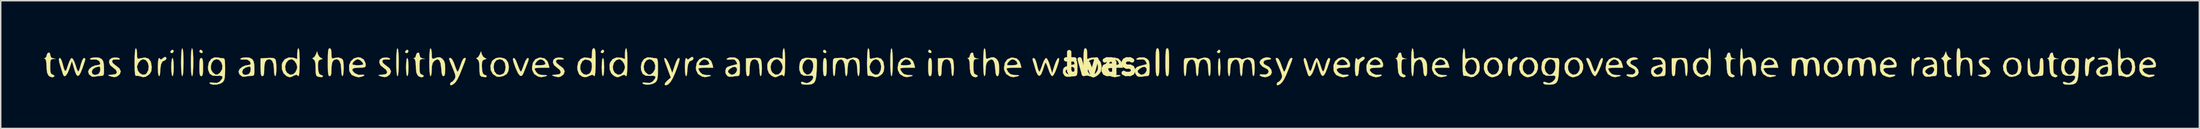
<source format=kicad_pcb>
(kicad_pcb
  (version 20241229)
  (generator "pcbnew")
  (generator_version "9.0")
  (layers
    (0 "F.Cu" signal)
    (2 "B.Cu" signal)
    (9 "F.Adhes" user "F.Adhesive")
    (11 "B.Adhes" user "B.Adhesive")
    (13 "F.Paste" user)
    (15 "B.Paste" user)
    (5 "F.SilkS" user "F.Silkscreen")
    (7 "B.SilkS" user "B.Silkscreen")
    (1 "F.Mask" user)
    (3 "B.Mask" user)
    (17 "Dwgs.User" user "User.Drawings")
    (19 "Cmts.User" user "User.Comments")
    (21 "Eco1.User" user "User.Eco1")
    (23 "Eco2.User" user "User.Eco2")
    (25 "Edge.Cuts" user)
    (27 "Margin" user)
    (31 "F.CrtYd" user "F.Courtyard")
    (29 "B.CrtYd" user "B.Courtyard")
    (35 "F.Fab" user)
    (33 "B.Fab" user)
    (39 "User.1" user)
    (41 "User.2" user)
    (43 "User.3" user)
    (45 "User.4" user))
  (footprint "twas"
    (layer "F.Cu")
    (at 73.156 1.418)
    (property "Reference" "twas" (at 0 0 0) (layer "F.SilkS") (effects (font (size 1.524 1.524) (thickness 0.3))))
    (attr through_hole)
    (fp_poly (pts (xy -64.177 -0.896) (xy -64.246 -0.779) (xy -64.311 -0.762) (xy -64.41 -0.811) (xy -64.412 -0.863) (xy -64.328 -0.974) (xy -64.226 -0.989) (xy -64.177 -0.896)) (stroke (width 0.01) (type solid)) (fill yes) (layer "F.SilkS"))
    (fp_poly (pts (xy -62.248 -0.974) (xy -62.165 -0.863) (xy -62.202 -0.776) (xy -62.265 -0.762) (xy -62.382 -0.83) (xy -62.399 -0.896) (xy -62.35 -0.989) (xy -62.248 -0.974)) (stroke (width 0.01) (type solid)) (fill yes) (layer "F.SilkS"))
    (fp_poly (pts (xy -47.921 -0.896) (xy -47.99 -0.779) (xy -48.055 -0.762) (xy -48.154 -0.811) (xy -48.156 -0.863) (xy -48.072 -0.974) (xy -47.97 -0.989) (xy -47.921 -0.896)) (stroke (width 0.01) (type solid)) (fill yes) (layer "F.SilkS"))
    (fp_poly (pts (xy -34.375 -0.896) (xy -34.443 -0.779) (xy -34.509 -0.762) (xy -34.607 -0.811) (xy -34.609 -0.863) (xy -34.525 -0.974) (xy -34.424 -0.989) (xy -34.375 -0.896)) (stroke (width 0.01) (type solid)) (fill yes) (layer "F.SilkS"))
    (fp_poly (pts (xy -19.068 -0.974) (xy -18.985 -0.863) (xy -19.022 -0.776) (xy -19.085 -0.762) (xy -19.202 -0.83) (xy -19.219 -0.896) (xy -19.17 -0.989) (xy -19.068 -0.974)) (stroke (width 0.01) (type solid)) (fill yes) (layer "F.SilkS"))
    (fp_poly (pts (xy -11.726 -0.912) (xy -11.711 -0.811) (xy -11.804 -0.762) (xy -11.921 -0.83) (xy -11.938 -0.896) (xy -11.889 -0.995) (xy -11.837 -0.997) (xy -11.726 -0.912)) (stroke (width 0.01) (type solid)) (fill yes) (layer "F.SilkS"))
    (fp_poly (pts (xy 8.297 -0.896) (xy 8.229 -0.779) (xy 8.163 -0.762) (xy 8.065 -0.811) (xy 8.063 -0.863) (xy 8.147 -0.974) (xy 8.248 -0.989) (xy 8.297 -0.896)) (stroke (width 0.01) (type solid)) (fill yes) (layer "F.SilkS"))
    (fp_poly (pts (xy -64.219 -0.345) (xy -64.19 -0.131) (xy -64.177 0.182) (xy -64.177 0.212) (xy -64.188 0.532) (xy -64.216 0.755) (xy -64.258 0.846) (xy -64.262 0.847) (xy -64.305 0.768) (xy -64.334 0.555) (xy -64.347 0.241) (xy -64.347 0.212) (xy -64.336 -0.108) (xy -64.308 -0.331) (xy -64.266 -0.423) (xy -64.262 -0.423) (xy -64.219 -0.345)) (stroke (width 0.01) (type solid)) (fill yes) (layer "F.SilkS"))
    (fp_poly (pts (xy -63.547 -1.02) (xy -63.519 -0.79) (xy -63.503 -0.432) (xy -63.5 -0.127) (xy -63.507 0.306) (xy -63.527 0.625) (xy -63.558 0.809) (xy -63.585 0.847) (xy -63.622 0.766) (xy -63.65 0.536) (xy -63.666 0.178) (xy -63.669 -0.127) (xy -63.662 -0.56) (xy -63.642 -0.879) (xy -63.611 -1.063) (xy -63.585 -1.101) (xy -63.547 -1.02)) (stroke (width 0.01) (type solid)) (fill yes) (layer "F.SilkS"))
    (fp_poly (pts (xy -62.87 -1.02) (xy -62.842 -0.79) (xy -62.826 -0.432) (xy -62.823 -0.127) (xy -62.83 0.306) (xy -62.85 0.625) (xy -62.881 0.809) (xy -62.907 0.847) (xy -62.945 0.766) (xy -62.973 0.536) (xy -62.989 0.178) (xy -62.992 -0.127) (xy -62.985 -0.56) (xy -62.965 -0.879) (xy -62.934 -1.063) (xy -62.907 -1.101) (xy -62.87 -1.02)) (stroke (width 0.01) (type solid)) (fill yes) (layer "F.SilkS"))
    (fp_poly (pts (xy -62.205 -0.39) (xy -62.166 -0.27) (xy -62.148 -0.032) (xy -62.145 0.212) (xy -62.152 0.547) (xy -62.176 0.743) (xy -62.224 0.832) (xy -62.272 0.847) (xy -62.339 0.813) (xy -62.379 0.693) (xy -62.396 0.455) (xy -62.399 0.212) (xy -62.393 -0.123) (xy -62.369 -0.32) (xy -62.321 -0.409) (xy -62.272 -0.423) (xy -62.205 -0.39)) (stroke (width 0.01) (type solid)) (fill yes) (layer "F.SilkS"))
    (fp_poly (pts (xy -48.646 -1.02) (xy -48.618 -0.79) (xy -48.602 -0.432) (xy -48.599 -0.127) (xy -48.606 0.306) (xy -48.626 0.625) (xy -48.657 0.809) (xy -48.683 0.847) (xy -48.721 0.766) (xy -48.749 0.536) (xy -48.765 0.178) (xy -48.768 -0.127) (xy -48.761 -0.56) (xy -48.741 -0.879) (xy -48.71 -1.063) (xy -48.683 -1.101) (xy -48.646 -1.02)) (stroke (width 0.01) (type solid)) (fill yes) (layer "F.SilkS"))
    (fp_poly (pts (xy -47.963 -0.345) (xy -47.934 -0.131) (xy -47.921 0.182) (xy -47.921 0.212) (xy -47.932 0.532) (xy -47.96 0.755) (xy -48.002 0.846) (xy -48.006 0.847) (xy -48.049 0.768) (xy -48.078 0.555) (xy -48.091 0.241) (xy -48.091 0.212) (xy -48.08 -0.108) (xy -48.052 -0.331) (xy -48.01 -0.423) (xy -48.006 -0.423) (xy -47.963 -0.345)) (stroke (width 0.01) (type solid)) (fill yes) (layer "F.SilkS"))
    (fp_poly (pts (xy -34.417 -0.345) (xy -34.387 -0.131) (xy -34.375 0.182) (xy -34.375 0.212) (xy -34.385 0.532) (xy -34.414 0.755) (xy -34.455 0.846) (xy -34.459 0.847) (xy -34.502 0.768) (xy -34.532 0.555) (xy -34.544 0.241) (xy -34.544 0.212) (xy -34.533 -0.108) (xy -34.505 -0.331) (xy -34.463 -0.423) (xy -34.459 -0.423) (xy -34.417 -0.345)) (stroke (width 0.01) (type solid)) (fill yes) (layer "F.SilkS"))
    (fp_poly (pts (xy -19.025 -0.39) (xy -18.986 -0.27) (xy -18.968 -0.032) (xy -18.965 0.212) (xy -18.972 0.547) (xy -18.996 0.743) (xy -19.044 0.832) (xy -19.092 0.847) (xy -19.159 0.813) (xy -19.199 0.693) (xy -19.216 0.455) (xy -19.219 0.212) (xy -19.213 -0.123) (xy -19.189 -0.32) (xy -19.141 -0.409) (xy -19.092 -0.423) (xy -19.025 -0.39)) (stroke (width 0.01) (type solid)) (fill yes) (layer "F.SilkS"))
    (fp_poly (pts (xy -14.44 -1.02) (xy -14.413 -0.79) (xy -14.397 -0.432) (xy -14.393 -0.127) (xy -14.4 0.306) (xy -14.42 0.625) (xy -14.452 0.809) (xy -14.478 0.847) (xy -14.516 0.766) (xy -14.543 0.536) (xy -14.559 0.178) (xy -14.563 -0.127) (xy -14.556 -0.56) (xy -14.536 -0.879) (xy -14.504 -1.063) (xy -14.478 -1.101) (xy -14.44 -1.02)) (stroke (width 0.01) (type solid)) (fill yes) (layer "F.SilkS"))
    (fp_poly (pts (xy -11.744 -0.39) (xy -11.705 -0.27) (xy -11.687 -0.032) (xy -11.684 0.212) (xy -11.691 0.547) (xy -11.715 0.743) (xy -11.762 0.832) (xy -11.811 0.847) (xy -11.878 0.813) (xy -11.917 0.693) (xy -11.935 0.455) (xy -11.938 0.212) (xy -11.931 -0.123) (xy -11.907 -0.32) (xy -11.86 -0.409) (xy -11.811 -0.423) (xy -11.744 -0.39)) (stroke (width 0.01) (type solid)) (fill yes) (layer "F.SilkS"))
    (fp_poly (pts (xy 8.255 -0.345) (xy 8.285 -0.131) (xy 8.297 0.182) (xy 8.297 0.212) (xy 8.287 0.532) (xy 8.258 0.755) (xy 8.217 0.846) (xy 8.213 0.847) (xy 8.17 0.768) (xy 8.14 0.555) (xy 8.128 0.241) (xy 8.128 0.212) (xy 8.139 -0.108) (xy 8.167 -0.331) (xy 8.209 -0.423) (xy 8.213 -0.423) (xy 8.255 -0.345)) (stroke (width 0.01) (type solid)) (fill yes) (layer "F.SilkS"))
    (fp_poly (pts (xy 3.993 -1.075) (xy 4.03 -0.979) (xy 4.052 -0.787) (xy 4.062 -0.474) (xy 4.064 -0.127) (xy 4.061 0.301) (xy 4.048 0.585) (xy 4.023 0.753) (xy 3.982 0.831) (xy 3.937 0.847) (xy 3.881 0.821) (xy 3.844 0.725) (xy 3.822 0.533) (xy 3.812 0.22) (xy 3.81 -0.127) (xy 3.813 -0.555) (xy 3.826 -0.839) (xy 3.851 -1.007) (xy 3.892 -1.085) (xy 3.937 -1.101) (xy 3.993 -1.075)) (stroke (width 0.01) (type solid)) (fill yes) (layer "F.SilkS"))
    (fp_poly (pts (xy 4.67 -1.075) (xy 4.707 -0.979) (xy 4.729 -0.787) (xy 4.739 -0.474) (xy 4.741 -0.127) (xy 4.738 0.301) (xy 4.725 0.585) (xy 4.7 0.753) (xy 4.66 0.831) (xy 4.614 0.847) (xy 4.559 0.821) (xy 4.521 0.725) (xy 4.499 0.533) (xy 4.489 0.22) (xy 4.487 -0.127) (xy 4.491 -0.555) (xy 4.503 -0.839) (xy 4.528 -1.007) (xy 4.569 -1.085) (xy 4.614 -1.101) (xy 4.67 -1.075)) (stroke (width 0.01) (type solid)) (fill yes) (layer "F.SilkS"))
    (fp_poly (pts (xy -64.709 -0.476) (xy -64.685 -0.381) (xy -64.752 -0.269) (xy -64.809 -0.254) (xy -64.961 -0.175) (xy -65.063 0.046) (xy -65.108 0.388) (xy -65.109 0.46) (xy -65.125 0.689) (xy -65.167 0.828) (xy -65.193 0.847) (xy -65.236 0.768) (xy -65.266 0.555) (xy -65.278 0.241) (xy -65.278 0.212) (xy -65.267 -0.108) (xy -65.239 -0.331) (xy -65.197 -0.423) (xy -65.193 -0.423) (xy -65.112 -0.358) (xy -65.109 -0.333) (xy -65.061 -0.311) (xy -64.976 -0.375) (xy -64.812 -0.493) (xy -64.709 -0.476)) (stroke (width 0.01) (type solid)) (fill yes) (layer "F.SilkS"))
    (fp_poly (pts (xy -28.218 -0.476) (xy -28.194 -0.381) (xy -28.26 -0.269) (xy -28.318 -0.254) (xy -28.47 -0.175) (xy -28.572 0.046) (xy -28.616 0.388) (xy -28.617 0.46) (xy -28.634 0.689) (xy -28.676 0.828) (xy -28.702 0.847) (xy -28.745 0.768) (xy -28.774 0.555) (xy -28.787 0.241) (xy -28.787 0.212) (xy -28.776 -0.108) (xy -28.748 -0.331) (xy -28.706 -0.423) (xy -28.702 -0.423) (xy -28.621 -0.358) (xy -28.617 -0.333) (xy -28.57 -0.311) (xy -28.484 -0.375) (xy -28.321 -0.493) (xy -28.218 -0.476)) (stroke (width 0.01) (type solid)) (fill yes) (layer "F.SilkS"))
    (fp_poly (pts (xy 56.703 -0.476) (xy 56.727 -0.381) (xy 56.66 -0.269) (xy 56.603 -0.254) (xy 56.451 -0.175) (xy 56.349 0.046) (xy 56.304 0.388) (xy 56.303 0.46) (xy 56.287 0.689) (xy 56.245 0.828) (xy 56.219 0.847) (xy 56.176 0.768) (xy 56.146 0.555) (xy 56.134 0.241) (xy 56.134 0.212) (xy 56.145 -0.108) (xy 56.173 -0.331) (xy 56.215 -0.423) (xy 56.219 -0.423) (xy 56.3 -0.358) (xy 56.303 -0.333) (xy 56.351 -0.311) (xy 56.436 -0.375) (xy 56.6 -0.493) (xy 56.703 -0.476)) (stroke (width 0.01) (type solid)) (fill yes) (layer "F.SilkS"))
    (fp_poly (pts (xy 18.282 -0.461) (xy 18.266 -0.354) (xy 18.155 -0.241) (xy 18.098 -0.211) (xy 17.985 -0.135) (xy 17.922 -0.003) (xy 17.889 0.234) (xy 17.882 0.36) (xy 17.853 0.656) (xy 17.801 0.81) (xy 17.733 0.847) (xy 17.668 0.81) (xy 17.63 0.68) (xy 17.613 0.427) (xy 17.611 0.212) (xy 17.621 -0.108) (xy 17.65 -0.331) (xy 17.691 -0.423) (xy 17.695 -0.423) (xy 17.775 -0.357) (xy 17.78 -0.326) (xy 17.829 -0.295) (xy 17.935 -0.368) (xy 18.092 -0.477) (xy 18.189 -0.508) (xy 18.282 -0.461)) (stroke (width 0.01) (type solid)) (fill yes) (layer "F.SilkS"))
    (fp_poly (pts (xy 28.866 -0.461) (xy 28.849 -0.354) (xy 28.738 -0.241) (xy 28.681 -0.211) (xy 28.568 -0.135) (xy 28.505 -0.003) (xy 28.473 0.234) (xy 28.465 0.36) (xy 28.436 0.656) (xy 28.384 0.81) (xy 28.317 0.847) (xy 28.252 0.81) (xy 28.213 0.68) (xy 28.196 0.427) (xy 28.194 0.212) (xy 28.205 -0.108) (xy 28.233 -0.331) (xy 28.275 -0.423) (xy 28.279 -0.423) (xy 28.359 -0.357) (xy 28.363 -0.326) (xy 28.412 -0.295) (xy 28.518 -0.368) (xy 28.676 -0.477) (xy 28.772 -0.508) (xy 28.866 -0.461)) (stroke (width 0.01) (type solid)) (fill yes) (layer "F.SilkS"))
    (fp_poly (pts (xy 68.828 -0.461) (xy 68.812 -0.354) (xy 68.701 -0.241) (xy 68.644 -0.211) (xy 68.531 -0.135) (xy 68.468 -0.003) (xy 68.435 0.234) (xy 68.428 0.36) (xy 68.399 0.656) (xy 68.347 0.81) (xy 68.279 0.847) (xy 68.214 0.81) (xy 68.176 0.68) (xy 68.159 0.427) (xy 68.157 0.212) (xy 68.167 -0.108) (xy 68.196 -0.331) (xy 68.237 -0.423) (xy 68.241 -0.423) (xy 68.321 -0.357) (xy 68.326 -0.326) (xy 68.375 -0.295) (xy 68.481 -0.368) (xy 68.638 -0.477) (xy 68.735 -0.508) (xy 68.828 -0.461)) (stroke (width 0.01) (type solid)) (fill yes) (layer "F.SilkS"))
    (fp_poly (pts (xy -39.604 -0.392) (xy -39.613 -0.278) (xy -39.691 -0.05) (xy -39.719 0.021) (xy -39.831 0.306) (xy -39.929 0.553) (xy -39.969 0.656) (xy -40.072 0.821) (xy -40.191 0.822) (xy -40.328 0.658) (xy -40.484 0.328) (xy -40.515 0.249) (xy -40.642 -0.112) (xy -40.692 -0.332) (xy -40.664 -0.42) (xy -40.576 -0.394) (xy -40.51 -0.294) (xy -40.417 -0.083) (xy -40.342 0.122) (xy -40.248 0.361) (xy -40.168 0.506) (xy -40.125 0.529) (xy -40.069 0.418) (xy -39.985 0.201) (xy -39.924 0.021) (xy -39.82 -0.237) (xy -39.715 -0.394) (xy -39.661 -0.423) (xy -39.604 -0.392)) (stroke (width 0.01) (type solid)) (fill yes) (layer "F.SilkS"))
    (fp_poly (pts (xy -29.158 -0.399) (xy -29.158 -0.297) (xy -29.213 -0.079) (xy -29.308 0.215) (xy -29.432 0.544) (xy -29.569 0.869) (xy -29.647 1.034) (xy -29.798 1.272) (xy -29.963 1.431) (xy -30.107 1.486) (xy -30.183 1.44) (xy -30.16 1.335) (xy -30.037 1.185) (xy -29.998 1.149) (xy -29.76 0.943) (xy -29.959 0.408) (xy -30.097 0.03) (xy -30.181 -0.216) (xy -30.215 -0.355) (xy -30.205 -0.412) (xy -30.158 -0.414) (xy -30.14 -0.409) (xy -30.053 -0.315) (xy -29.94 -0.108) (xy -29.842 0.125) (xy -29.657 0.622) (xy -29.508 0.163) (xy -29.382 -0.184) (xy -29.279 -0.375) (xy -29.191 -0.421) (xy -29.158 -0.399)) (stroke (width 0.01) (type solid)) (fill yes) (layer "F.SilkS"))
    (fp_poly (pts (xy 33.828 -0.347) (xy 33.937 -0.143) (xy 33.997 0.021) (xy 34.089 0.281) (xy 34.17 0.473) (xy 34.206 0.537) (xy 34.264 0.504) (xy 34.348 0.345) (xy 34.418 0.156) (xy 34.544 -0.191) (xy 34.648 -0.38) (xy 34.736 -0.42) (xy 34.764 -0.401) (xy 34.767 -0.294) (xy 34.71 -0.085) (xy 34.611 0.178) (xy 34.492 0.448) (xy 34.372 0.678) (xy 34.271 0.822) (xy 34.23 0.847) (xy 34.124 0.776) (xy 34.011 0.6) (xy 33.989 0.55) (xy 33.868 0.257) (xy 33.744 -0.043) (xy 33.74 -0.053) (xy 33.649 -0.276) (xy 33.623 -0.385) (xy 33.659 -0.42) (xy 33.733 -0.423) (xy 33.828 -0.347)) (stroke (width 0.01) (type solid)) (fill yes) (layer "F.SilkS"))
    (fp_poly (pts (xy -72.757 -0.782) (xy -72.729 -0.638) (xy -72.673 -0.462) (xy -72.538 -0.398) (xy -72.348 -0.362) (xy -72.538 -0.35) (xy -72.644 -0.329) (xy -72.701 -0.256) (xy -72.724 -0.091) (xy -72.729 0.177) (xy -72.721 0.469) (xy -72.69 0.634) (xy -72.623 0.713) (xy -72.56 0.737) (xy -72.445 0.802) (xy -72.438 0.856) (xy -72.567 0.928) (xy -72.746 0.879) (xy -72.85 0.798) (xy -72.942 0.61) (xy -72.981 0.278) (xy -72.983 0.17) (xy -73.001 -0.153) (xy -73.054 -0.336) (xy -73.088 -0.367) (xy -73.151 -0.406) (xy -73.088 -0.417) (xy -73.001 -0.493) (xy -72.983 -0.584) (xy -72.924 -0.741) (xy -72.856 -0.793) (xy -72.757 -0.782)) (stroke (width 0.01) (type solid)) (fill yes) (layer "F.SilkS"))
    (fp_poly (pts (xy -47.187 -0.782) (xy -47.159 -0.638) (xy -47.104 -0.462) (xy -46.969 -0.398) (xy -46.778 -0.362) (xy -46.969 -0.35) (xy -47.074 -0.329) (xy -47.131 -0.256) (xy -47.155 -0.091) (xy -47.159 0.177) (xy -47.152 0.469) (xy -47.121 0.634) (xy -47.054 0.713) (xy -46.991 0.737) (xy -46.875 0.802) (xy -46.869 0.856) (xy -46.997 0.928) (xy -47.177 0.879) (xy -47.28 0.798) (xy -47.373 0.61) (xy -47.412 0.278) (xy -47.413 0.17) (xy -47.432 -0.153) (xy -47.485 -0.336) (xy -47.519 -0.367) (xy -47.582 -0.406) (xy -47.519 -0.417) (xy -47.431 -0.493) (xy -47.413 -0.584) (xy -47.354 -0.741) (xy -47.286 -0.793) (xy -47.187 -0.782)) (stroke (width 0.01) (type solid)) (fill yes) (layer "F.SilkS"))
    (fp_poly (pts (xy -8.833 -0.782) (xy -8.805 -0.638) (xy -8.75 -0.462) (xy -8.615 -0.398) (xy -8.424 -0.362) (xy -8.615 -0.35) (xy -8.72 -0.329) (xy -8.777 -0.256) (xy -8.801 -0.091) (xy -8.805 0.177) (xy -8.798 0.469) (xy -8.767 0.634) (xy -8.7 0.713) (xy -8.637 0.737) (xy -8.521 0.802) (xy -8.515 0.856) (xy -8.643 0.928) (xy -8.823 0.879) (xy -8.926 0.798) (xy -9.019 0.61) (xy -9.058 0.278) (xy -9.059 0.17) (xy -9.078 -0.153) (xy -9.131 -0.336) (xy -9.165 -0.367) (xy -9.228 -0.406) (xy -9.165 -0.417) (xy -9.077 -0.493) (xy -9.059 -0.584) (xy -9 -0.741) (xy -8.932 -0.793) (xy -8.833 -0.782)) (stroke (width 0.01) (type solid)) (fill yes) (layer "F.SilkS"))
    (fp_poly (pts (xy 20.8 -0.782) (xy 20.828 -0.638) (xy 20.883 -0.462) (xy 21.018 -0.398) (xy 21.209 -0.362) (xy 21.018 -0.35) (xy 20.913 -0.329) (xy 20.856 -0.256) (xy 20.832 -0.091) (xy 20.828 0.177) (xy 20.836 0.469) (xy 20.867 0.634) (xy 20.933 0.713) (xy 20.996 0.737) (xy 21.112 0.802) (xy 21.118 0.856) (xy 20.99 0.928) (xy 20.811 0.879) (xy 20.707 0.798) (xy 20.614 0.61) (xy 20.576 0.278) (xy 20.574 0.17) (xy 20.555 -0.153) (xy 20.502 -0.336) (xy 20.468 -0.367) (xy 20.406 -0.406) (xy 20.468 -0.417) (xy 20.556 -0.493) (xy 20.574 -0.584) (xy 20.633 -0.741) (xy 20.701 -0.793) (xy 20.8 -0.782)) (stroke (width 0.01) (type solid)) (fill yes) (layer "F.SilkS"))
    (fp_poly (pts (xy 43.575 -0.782) (xy 43.603 -0.638) (xy 43.659 -0.462) (xy 43.794 -0.398) (xy 43.984 -0.362) (xy 43.794 -0.35) (xy 43.688 -0.329) (xy 43.631 -0.256) (xy 43.608 -0.091) (xy 43.603 0.177) (xy 43.611 0.469) (xy 43.642 0.634) (xy 43.709 0.713) (xy 43.772 0.737) (xy 43.887 0.802) (xy 43.894 0.856) (xy 43.765 0.928) (xy 43.586 0.879) (xy 43.482 0.798) (xy 43.39 0.61) (xy 43.351 0.278) (xy 43.349 0.17) (xy 43.331 -0.153) (xy 43.278 -0.336) (xy 43.243 -0.367) (xy 43.181 -0.406) (xy 43.243 -0.417) (xy 43.331 -0.493) (xy 43.349 -0.584) (xy 43.408 -0.741) (xy 43.476 -0.793) (xy 43.575 -0.782)) (stroke (width 0.01) (type solid)) (fill yes) (layer "F.SilkS"))
    (fp_poly (pts (xy 65.927 -0.782) (xy 65.955 -0.638) (xy 66.011 -0.462) (xy 66.146 -0.398) (xy 66.336 -0.362) (xy 66.146 -0.35) (xy 66.04 -0.329) (xy 65.983 -0.256) (xy 65.96 -0.091) (xy 65.955 0.177) (xy 65.963 0.469) (xy 65.994 0.634) (xy 66.061 0.713) (xy 66.124 0.737) (xy 66.239 0.802) (xy 66.246 0.856) (xy 66.117 0.928) (xy 65.938 0.879) (xy 65.834 0.798) (xy 65.742 0.61) (xy 65.703 0.278) (xy 65.701 0.17) (xy 65.683 -0.153) (xy 65.63 -0.336) (xy 65.596 -0.367) (xy 65.533 -0.406) (xy 65.596 -0.417) (xy 65.683 -0.493) (xy 65.701 -0.584) (xy 65.76 -0.741) (xy 65.828 -0.793) (xy 65.927 -0.782)) (stroke (width 0.01) (type solid)) (fill yes) (layer "F.SilkS"))
    (fp_poly (pts (xy -54.194 -0.685) (xy -54.091 -0.505) (xy -53.978 -0.424) (xy -53.869 -0.377) (xy -53.915 -0.342) (xy -54.001 -0.318) (xy -54.118 -0.261) (xy -54.173 -0.135) (xy -54.187 0.108) (xy -54.187 0.112) (xy -54.167 0.471) (xy -54.103 0.682) (xy -53.989 0.761) (xy -53.966 0.762) (xy -53.859 0.811) (xy -53.848 0.847) (xy -53.9 0.913) (xy -54.07 0.905) (xy -54.208 0.873) (xy -54.291 0.821) (xy -54.336 0.695) (xy -54.354 0.457) (xy -54.356 0.294) (xy -54.367 -0.024) (xy -54.405 -0.214) (xy -54.481 -0.317) (xy -54.504 -0.332) (xy -54.582 -0.401) (xy -54.544 -0.421) (xy -54.439 -0.493) (xy -54.342 -0.656) (xy -54.248 -0.889) (xy -54.194 -0.685)) (stroke (width 0.01) (type solid)) (fill yes) (layer "F.SilkS"))
    (fp_poly (pts (xy -42.849 -0.685) (xy -42.746 -0.505) (xy -42.632 -0.424) (xy -42.524 -0.377) (xy -42.57 -0.342) (xy -42.655 -0.318) (xy -42.773 -0.261) (xy -42.828 -0.135) (xy -42.841 0.108) (xy -42.841 0.112) (xy -42.821 0.471) (xy -42.757 0.682) (xy -42.644 0.761) (xy -42.621 0.762) (xy -42.514 0.811) (xy -42.503 0.847) (xy -42.554 0.913) (xy -42.725 0.905) (xy -42.862 0.873) (xy -42.946 0.821) (xy -42.991 0.695) (xy -43.009 0.457) (xy -43.011 0.294) (xy -43.021 -0.024) (xy -43.06 -0.214) (xy -43.136 -0.317) (xy -43.159 -0.332) (xy -43.237 -0.401) (xy -43.199 -0.421) (xy -43.093 -0.493) (xy -42.997 -0.656) (xy -42.902 -0.889) (xy -42.849 -0.685)) (stroke (width 0.01) (type solid)) (fill yes) (layer "F.SilkS"))
    (fp_poly (pts (xy 11.637 -0.459) (xy 11.792 -0.397) (xy 11.788 -0.341) (xy 11.634 -0.305) (xy 11.534 -0.3) (xy 11.355 -0.247) (xy 11.271 -0.132) (xy 11.304 -0.008) (xy 11.403 0.055) (xy 11.658 0.199) (xy 11.813 0.391) (xy 11.854 0.592) (xy 11.771 0.765) (xy 11.636 0.849) (xy 11.459 0.909) (xy 11.325 0.912) (xy 11.155 0.873) (xy 11.029 0.802) (xy 11.007 0.754) (xy 11.076 0.713) (xy 11.219 0.728) (xy 11.439 0.731) (xy 11.584 0.644) (xy 11.634 0.511) (xy 11.569 0.375) (xy 11.423 0.294) (xy 11.204 0.174) (xy 11.048 -0.000283) (xy 11.007 -0.131) (xy 11.081 -0.286) (xy 11.263 -0.41) (xy 11.491 -0.47) (xy 11.637 -0.459)) (stroke (width 0.01) (type solid)) (fill yes) (layer "F.SilkS"))
    (fp_poly (pts (xy 37.037 -0.459) (xy 37.192 -0.397) (xy 37.188 -0.341) (xy 37.034 -0.305) (xy 36.934 -0.3) (xy 36.755 -0.247) (xy 36.671 -0.132) (xy 36.704 -0.008) (xy 36.803 0.055) (xy 37.058 0.199) (xy 37.213 0.391) (xy 37.254 0.592) (xy 37.171 0.765) (xy 37.036 0.849) (xy 36.859 0.909) (xy 36.725 0.912) (xy 36.555 0.873) (xy 36.429 0.802) (xy 36.407 0.754) (xy 36.476 0.713) (xy 36.619 0.728) (xy 36.839 0.731) (xy 36.984 0.644) (xy 37.034 0.511) (xy 36.969 0.375) (xy 36.823 0.294) (xy 36.604 0.174) (xy 36.448 -0.000283) (xy 36.407 -0.131) (xy 36.481 -0.286) (xy 36.663 -0.41) (xy 36.891 -0.47) (xy 37.037 -0.459)) (stroke (width 0.01) (type solid)) (fill yes) (layer "F.SilkS"))
    (fp_poly (pts (xy 58.582 -0.685) (xy 58.685 -0.505) (xy 58.798 -0.424) (xy 58.907 -0.377) (xy 58.861 -0.342) (xy 58.775 -0.318) (xy 58.658 -0.261) (xy 58.603 -0.135) (xy 58.589 0.108) (xy 58.589 0.112) (xy 58.609 0.471) (xy 58.673 0.682) (xy 58.787 0.761) (xy 58.81 0.762) (xy 58.917 0.811) (xy 58.928 0.847) (xy 58.876 0.913) (xy 58.706 0.905) (xy 58.568 0.873) (xy 58.485 0.821) (xy 58.44 0.695) (xy 58.422 0.457) (xy 58.42 0.294) (xy 58.409 -0.024) (xy 58.371 -0.214) (xy 58.295 -0.317) (xy 58.272 -0.332) (xy 58.194 -0.401) (xy 58.232 -0.421) (xy 58.337 -0.493) (xy 58.434 -0.656) (xy 58.528 -0.889) (xy 58.582 -0.685)) (stroke (width 0.01) (type solid)) (fill yes) (layer "F.SilkS"))
    (fp_poly (pts (xy -68.065 -0.445) (xy -67.927 -0.39) (xy -67.903 -0.343) (xy -67.975 -0.311) (xy -68.145 -0.319) (xy -68.363 -0.309) (xy -68.451 -0.217) (xy -68.405 -0.076) (xy -68.219 0.084) (xy -68.201 0.094) (xy -67.944 0.297) (xy -67.844 0.503) (xy -67.906 0.698) (xy -67.986 0.778) (xy -68.15 0.889) (xy -68.307 0.914) (xy -68.531 0.862) (xy -68.58 0.847) (xy -68.706 0.797) (xy -68.696 0.765) (xy -68.537 0.744) (xy -68.368 0.733) (xy -68.179 0.692) (xy -68.115 0.58) (xy -68.114 0.557) (xy -68.186 0.402) (xy -68.365 0.257) (xy -68.368 0.255) (xy -68.572 0.083) (xy -68.658 -0.117) (xy -68.62 -0.3) (xy -68.468 -0.418) (xy -68.267 -0.457) (xy -68.065 -0.445)) (stroke (width 0.01) (type solid)) (fill yes) (layer "F.SilkS"))
    (fp_poly (pts (xy -57.333 -0.425) (xy -57.212 -0.394) (xy -57.145 -0.332) (xy -57.14 -0.326) (xy -57.098 -0.183) (xy -57.075 0.05) (xy -57.068 0.321) (xy -57.079 0.578) (xy -57.106 0.771) (xy -57.15 0.847) (xy -57.15 0.847) (xy -57.198 0.77) (xy -57.229 0.575) (xy -57.235 0.418) (xy -57.268 0.017) (xy -57.367 -0.236) (xy -57.53 -0.337) (xy -57.559 -0.339) (xy -57.744 -0.288) (xy -57.857 -0.123) (xy -57.907 0.176) (xy -57.912 0.356) (xy -57.922 0.645) (xy -57.959 0.798) (xy -58.03 0.846) (xy -58.039 0.847) (xy -58.107 0.813) (xy -58.146 0.691) (xy -58.163 0.45) (xy -58.166 0.226) (xy -58.166 -0.395) (xy -57.891 -0.413) (xy -57.547 -0.43) (xy -57.333 -0.425)) (stroke (width 0.01) (type solid)) (fill yes) (layer "F.SilkS"))
    (fp_poly (pts (xy -49.353 -0.445) (xy -49.216 -0.39) (xy -49.191 -0.343) (xy -49.263 -0.311) (xy -49.433 -0.319) (xy -49.652 -0.309) (xy -49.74 -0.217) (xy -49.693 -0.076) (xy -49.508 0.084) (xy -49.49 0.094) (xy -49.232 0.297) (xy -49.133 0.503) (xy -49.195 0.698) (xy -49.275 0.778) (xy -49.439 0.889) (xy -49.595 0.914) (xy -49.82 0.862) (xy -49.869 0.847) (xy -49.994 0.797) (xy -49.984 0.765) (xy -49.826 0.744) (xy -49.657 0.733) (xy -49.467 0.692) (xy -49.404 0.58) (xy -49.403 0.557) (xy -49.474 0.402) (xy -49.653 0.257) (xy -49.657 0.255) (xy -49.861 0.083) (xy -49.947 -0.117) (xy -49.909 -0.3) (xy -49.756 -0.418) (xy -49.555 -0.457) (xy -49.353 -0.445)) (stroke (width 0.01) (type solid)) (fill yes) (layer "F.SilkS"))
    (fp_poly (pts (xy -37.331 -0.445) (xy -37.193 -0.39) (xy -37.169 -0.343) (xy -37.241 -0.311) (xy -37.411 -0.319) (xy -37.629 -0.309) (xy -37.717 -0.217) (xy -37.671 -0.076) (xy -37.485 0.084) (xy -37.467 0.094) (xy -37.21 0.297) (xy -37.11 0.503) (xy -37.172 0.698) (xy -37.252 0.778) (xy -37.416 0.889) (xy -37.573 0.914) (xy -37.797 0.862) (xy -37.846 0.847) (xy -37.972 0.797) (xy -37.962 0.765) (xy -37.803 0.744) (xy -37.634 0.733) (xy -37.445 0.692) (xy -37.381 0.58) (xy -37.38 0.557) (xy -37.452 0.402) (xy -37.631 0.257) (xy -37.634 0.255) (xy -37.838 0.083) (xy -37.924 -0.117) (xy -37.886 -0.3) (xy -37.734 -0.418) (xy -37.533 -0.457) (xy -37.331 -0.445)) (stroke (width 0.01) (type solid)) (fill yes) (layer "F.SilkS"))
    (fp_poly (pts (xy -23.721 -0.425) (xy -23.599 -0.394) (xy -23.532 -0.332) (xy -23.528 -0.326) (xy -23.486 -0.183) (xy -23.462 0.05) (xy -23.456 0.321) (xy -23.466 0.578) (xy -23.494 0.771) (xy -23.537 0.847) (xy -23.537 0.847) (xy -23.585 0.77) (xy -23.616 0.575) (xy -23.622 0.418) (xy -23.656 0.017) (xy -23.755 -0.236) (xy -23.917 -0.337) (xy -23.947 -0.339) (xy -24.132 -0.288) (xy -24.244 -0.123) (xy -24.294 0.176) (xy -24.299 0.356) (xy -24.31 0.645) (xy -24.346 0.798) (xy -24.417 0.846) (xy -24.426 0.847) (xy -24.494 0.813) (xy -24.533 0.691) (xy -24.551 0.45) (xy -24.553 0.226) (xy -24.553 -0.395) (xy -24.278 -0.413) (xy -23.934 -0.43) (xy -23.721 -0.425)) (stroke (width 0.01) (type solid)) (fill yes) (layer "F.SilkS"))
    (fp_poly (pts (xy -10.428 -0.425) (xy -10.306 -0.394) (xy -10.239 -0.332) (xy -10.235 -0.326) (xy -10.193 -0.183) (xy -10.169 0.05) (xy -10.163 0.321) (xy -10.174 0.578) (xy -10.201 0.771) (xy -10.245 0.847) (xy -10.245 0.847) (xy -10.293 0.77) (xy -10.323 0.575) (xy -10.329 0.418) (xy -10.363 0.017) (xy -10.462 -0.236) (xy -10.625 -0.337) (xy -10.654 -0.339) (xy -10.839 -0.288) (xy -10.952 -0.123) (xy -11.002 0.176) (xy -11.007 0.356) (xy -11.017 0.645) (xy -11.054 0.798) (xy -11.125 0.846) (xy -11.134 0.847) (xy -11.201 0.813) (xy -11.241 0.691) (xy -11.258 0.45) (xy -11.261 0.226) (xy -11.261 -0.395) (xy -10.986 -0.413) (xy -10.642 -0.43) (xy -10.428 -0.425)) (stroke (width 0.01) (type solid)) (fill yes) (layer "F.SilkS"))
    (fp_poly (pts (xy 40.372 -0.425) (xy 40.494 -0.394) (xy 40.561 -0.332) (xy 40.565 -0.326) (xy 40.607 -0.183) (xy 40.631 0.05) (xy 40.637 0.321) (xy 40.626 0.578) (xy 40.599 0.771) (xy 40.555 0.847) (xy 40.555 0.847) (xy 40.507 0.77) (xy 40.477 0.575) (xy 40.471 0.418) (xy 40.437 0.017) (xy 40.338 -0.236) (xy 40.175 -0.337) (xy 40.146 -0.339) (xy 39.961 -0.288) (xy 39.848 -0.123) (xy 39.798 0.176) (xy 39.793 0.356) (xy 39.783 0.645) (xy 39.746 0.798) (xy 39.675 0.846) (xy 39.666 0.847) (xy 39.599 0.813) (xy 39.559 0.691) (xy 39.542 0.45) (xy 39.539 0.226) (xy 39.539 -0.395) (xy 39.815 -0.413) (xy 40.158 -0.43) (xy 40.372 -0.425)) (stroke (width 0.01) (type solid)) (fill yes) (layer "F.SilkS"))
    (fp_poly (pts (xy 61.391 -0.445) (xy 61.528 -0.39) (xy 61.553 -0.343) (xy 61.481 -0.311) (xy 61.311 -0.319) (xy 61.092 -0.309) (xy 61.004 -0.217) (xy 61.051 -0.076) (xy 61.236 0.084) (xy 61.254 0.094) (xy 61.512 0.297) (xy 61.611 0.503) (xy 61.549 0.698) (xy 61.469 0.778) (xy 61.305 0.889) (xy 61.149 0.914) (xy 60.924 0.862) (xy 60.875 0.847) (xy 60.75 0.797) (xy 60.76 0.765) (xy 60.918 0.744) (xy 61.087 0.733) (xy 61.277 0.692) (xy 61.34 0.58) (xy 61.341 0.557) (xy 61.27 0.402) (xy 61.091 0.257) (xy 61.087 0.255) (xy 60.883 0.083) (xy 60.797 -0.117) (xy 60.835 -0.3) (xy 60.988 -0.418) (xy 61.189 -0.457) (xy 61.391 -0.445)) (stroke (width 0.01) (type solid)) (fill yes) (layer "F.SilkS"))
    (fp_poly (pts (xy -41.296 -0.394) (xy -41.152 -0.3) (xy -41.025 -0.09) (xy -40.975 0.192) (xy -41.004 0.476) (xy -41.115 0.689) (xy -41.127 0.7) (xy -41.361 0.836) (xy -41.634 0.896) (xy -41.825 0.873) (xy -42.08 0.695) (xy -42.226 0.428) (xy -42.244 0.212) (xy -42.029 0.212) (xy -41.973 0.517) (xy -41.818 0.707) (xy -41.614 0.762) (xy -41.411 0.705) (xy -41.311 0.627) (xy -41.232 0.45) (xy -41.199 0.212) (xy -41.199 0.212) (xy -41.254 -0.094) (xy -41.41 -0.283) (xy -41.614 -0.339) (xy -41.844 -0.265) (xy -41.987 -0.059) (xy -42.029 0.212) (xy -42.244 0.212) (xy -42.251 0.118) (xy -42.145 -0.185) (xy -42.09 -0.262) (xy -41.869 -0.414) (xy -41.582 -0.459) (xy -41.296 -0.394)) (stroke (width 0.01) (type solid)) (fill yes) (layer "F.SilkS"))
    (fp_poly (pts (xy 63.437 -0.394) (xy 63.58 -0.3) (xy 63.708 -0.09) (xy 63.758 0.192) (xy 63.728 0.476) (xy 63.618 0.689) (xy 63.606 0.7) (xy 63.372 0.836) (xy 63.099 0.896) (xy 62.907 0.873) (xy 62.652 0.695) (xy 62.506 0.428) (xy 62.489 0.212) (xy 62.704 0.212) (xy 62.759 0.517) (xy 62.915 0.707) (xy 63.119 0.762) (xy 63.322 0.705) (xy 63.422 0.627) (xy 63.501 0.45) (xy 63.534 0.212) (xy 63.534 0.212) (xy 63.479 -0.094) (xy 63.323 -0.283) (xy 63.119 -0.339) (xy 62.889 -0.265) (xy 62.746 -0.059) (xy 62.704 0.212) (xy 62.489 0.212) (xy 62.481 0.118) (xy 62.588 -0.185) (xy 62.642 -0.262) (xy 62.864 -0.414) (xy 63.151 -0.459) (xy 63.437 -0.394)) (stroke (width 0.01) (type solid)) (fill yes) (layer "F.SilkS"))
    (fp_poly (pts (xy 27.49 -0.408) (xy 27.711 -0.22) (xy 27.82 0.043) (xy 27.82 0.333) (xy 27.715 0.601) (xy 27.506 0.798) (xy 27.411 0.841) (xy 27.203 0.909) (xy 27.072 0.919) (xy 26.935 0.869) (xy 26.842 0.823) (xy 26.641 0.635) (xy 26.536 0.355) (xy 26.541 0.165) (xy 26.764 0.165) (xy 26.79 0.422) (xy 26.895 0.607) (xy 27.099 0.746) (xy 27.314 0.717) (xy 27.447 0.622) (xy 27.568 0.421) (xy 27.59 0.173) (xy 27.527 -0.072) (xy 27.393 -0.26) (xy 27.202 -0.339) (xy 27.193 -0.339) (xy 26.981 -0.266) (xy 26.833 -0.081) (xy 26.764 0.165) (xy 26.541 0.165) (xy 26.545 0.041) (xy 26.583 -0.078) (xy 26.765 -0.318) (xy 27.037 -0.451) (xy 27.344 -0.457) (xy 27.49 -0.408)) (stroke (width 0.01) (type solid)) (fill yes) (layer "F.SilkS"))
    (fp_poly (pts (xy 29.945 -0.408) (xy 30.166 -0.22) (xy 30.275 0.043) (xy 30.276 0.333) (xy 30.17 0.601) (xy 29.961 0.798) (xy 29.867 0.841) (xy 29.658 0.909) (xy 29.527 0.919) (xy 29.39 0.869) (xy 29.298 0.823) (xy 29.096 0.635) (xy 28.992 0.355) (xy 28.997 0.165) (xy 29.219 0.165) (xy 29.245 0.422) (xy 29.35 0.607) (xy 29.554 0.746) (xy 29.769 0.717) (xy 29.902 0.622) (xy 30.023 0.421) (xy 30.045 0.173) (xy 29.983 -0.072) (xy 29.848 -0.26) (xy 29.657 -0.339) (xy 29.648 -0.339) (xy 29.437 -0.266) (xy 29.288 -0.081) (xy 29.219 0.165) (xy 28.997 0.165) (xy 29 0.041) (xy 29.038 -0.078) (xy 29.22 -0.318) (xy 29.492 -0.451) (xy 29.799 -0.457) (xy 29.945 -0.408)) (stroke (width 0.01) (type solid)) (fill yes) (layer "F.SilkS"))
    (fp_poly (pts (xy 33.078 -0.408) (xy 33.299 -0.22) (xy 33.408 0.043) (xy 33.408 0.333) (xy 33.303 0.601) (xy 33.094 0.798) (xy 32.999 0.841) (xy 32.791 0.909) (xy 32.66 0.919) (xy 32.523 0.869) (xy 32.43 0.823) (xy 32.229 0.635) (xy 32.124 0.355) (xy 32.129 0.165) (xy 32.352 0.165) (xy 32.378 0.422) (xy 32.483 0.607) (xy 32.687 0.746) (xy 32.902 0.717) (xy 33.035 0.622) (xy 33.156 0.421) (xy 33.178 0.173) (xy 33.115 -0.072) (xy 32.981 -0.26) (xy 32.79 -0.339) (xy 32.781 -0.339) (xy 32.569 -0.266) (xy 32.421 -0.081) (xy 32.352 0.165) (xy 32.129 0.165) (xy 32.133 0.041) (xy 32.171 -0.078) (xy 32.353 -0.318) (xy 32.625 -0.451) (xy 32.932 -0.457) (xy 33.078 -0.408)) (stroke (width 0.01) (type solid)) (fill yes) (layer "F.SilkS"))
    (fp_poly (pts (xy 51.027 -0.408) (xy 51.248 -0.22) (xy 51.357 0.043) (xy 51.358 0.333) (xy 51.252 0.601) (xy 51.043 0.798) (xy 50.949 0.841) (xy 50.74 0.909) (xy 50.609 0.919) (xy 50.472 0.869) (xy 50.38 0.823) (xy 50.178 0.635) (xy 50.074 0.355) (xy 50.079 0.165) (xy 50.301 0.165) (xy 50.327 0.422) (xy 50.432 0.607) (xy 50.636 0.746) (xy 50.851 0.717) (xy 50.984 0.622) (xy 51.105 0.421) (xy 51.127 0.173) (xy 51.065 -0.072) (xy 50.93 -0.26) (xy 50.739 -0.339) (xy 50.73 -0.339) (xy 50.519 -0.266) (xy 50.37 -0.081) (xy 50.301 0.165) (xy 50.079 0.165) (xy 50.082 0.041) (xy 50.12 -0.078) (xy 50.302 -0.318) (xy 50.574 -0.451) (xy 50.881 -0.457) (xy 51.027 -0.408)) (stroke (width 0.01) (type solid)) (fill yes) (layer "F.SilkS"))
    (fp_poly (pts (xy 65.218 -0.39) (xy 65.258 -0.269) (xy 65.275 -0.029) (xy 65.278 0.203) (xy 65.275 0.523) (xy 65.258 0.709) (xy 65.216 0.797) (xy 65.139 0.821) (xy 65.088 0.821) (xy 64.85 0.838) (xy 64.728 0.865) (xy 64.527 0.886) (xy 64.431 0.869) (xy 64.279 0.771) (xy 64.242 0.728) (xy 64.204 0.593) (xy 64.184 0.366) (xy 64.18 0.098) (xy 64.193 -0.158) (xy 64.22 -0.349) (xy 64.262 -0.423) (xy 64.31 -0.347) (xy 64.341 -0.152) (xy 64.347 0.006) (xy 64.38 0.406) (xy 64.479 0.659) (xy 64.642 0.76) (xy 64.671 0.762) (xy 64.856 0.711) (xy 64.969 0.547) (xy 65.019 0.248) (xy 65.024 0.068) (xy 65.034 -0.222) (xy 65.071 -0.375) (xy 65.142 -0.423) (xy 65.151 -0.423) (xy 65.218 -0.39)) (stroke (width 0.01) (type solid)) (fill yes) (layer "F.SilkS"))
    (fp_poly (pts (xy -38.497 -0.391) (xy -38.307 -0.202) (xy -38.223 0.021) (xy -38.166 0.254) (xy -38.683 0.254) (xy -38.954 0.264) (xy -39.141 0.289) (xy -39.201 0.32) (xy -39.157 0.432) (xy -39.069 0.574) (xy -38.919 0.709) (xy -38.685 0.763) (xy -38.582 0.768) (xy -38.377 0.778) (xy -38.326 0.805) (xy -38.396 0.847) (xy -38.73 0.916) (xy -38.947 0.871) (xy -39.218 0.696) (xy -39.354 0.421) (xy -39.37 0.25) (xy -39.327 0.01) (xy -39.163 0.01) (xy -39.144 0.066) (xy -39.008 0.083) (xy -38.83 0.085) (xy -38.566 0.066) (xy -38.449 0.006) (xy -38.439 -0.032) (xy -38.511 -0.199) (xy -38.678 -0.311) (xy -38.827 -0.324) (xy -38.979 -0.236) (xy -39.095 -0.106) (xy -39.163 0.01) (xy -39.327 0.01) (xy -39.308 -0.092) (xy -39.137 -0.332) (xy -38.874 -0.446) (xy -38.786 -0.452) (xy -38.497 -0.391)) (stroke (width 0.01) (type solid)) (fill yes) (layer "F.SilkS"))
    (fp_poly (pts (xy -27.151 -0.391) (xy -26.961 -0.202) (xy -26.878 0.021) (xy -26.821 0.254) (xy -27.338 0.254) (xy -27.609 0.264) (xy -27.796 0.289) (xy -27.855 0.32) (xy -27.811 0.432) (xy -27.724 0.574) (xy -27.573 0.709) (xy -27.339 0.763) (xy -27.237 0.768) (xy -27.032 0.778) (xy -26.98 0.805) (xy -27.051 0.847) (xy -27.385 0.916) (xy -27.601 0.871) (xy -27.873 0.696) (xy -28.008 0.421) (xy -28.025 0.25) (xy -27.981 0.01) (xy -27.818 0.01) (xy -27.799 0.066) (xy -27.663 0.083) (xy -27.485 0.085) (xy -27.221 0.066) (xy -27.104 0.006) (xy -27.093 -0.032) (xy -27.166 -0.199) (xy -27.333 -0.311) (xy -27.481 -0.324) (xy -27.633 -0.236) (xy -27.75 -0.106) (xy -27.818 0.01) (xy -27.981 0.01) (xy -27.963 -0.092) (xy -27.791 -0.332) (xy -27.528 -0.446) (xy -27.441 -0.452) (xy -27.151 -0.391)) (stroke (width 0.01) (type solid)) (fill yes) (layer "F.SilkS"))
    (fp_poly (pts (xy -13.181 -0.391) (xy -12.991 -0.202) (xy -12.908 0.021) (xy -12.851 0.254) (xy -13.368 0.254) (xy -13.639 0.264) (xy -13.826 0.289) (xy -13.885 0.32) (xy -13.841 0.432) (xy -13.754 0.574) (xy -13.603 0.709) (xy -13.369 0.763) (xy -13.267 0.768) (xy -13.062 0.778) (xy -13.01 0.805) (xy -13.081 0.847) (xy -13.415 0.916) (xy -13.631 0.871) (xy -13.903 0.696) (xy -14.038 0.421) (xy -14.055 0.25) (xy -14.011 0.01) (xy -13.848 0.01) (xy -13.829 0.066) (xy -13.693 0.083) (xy -13.515 0.085) (xy -13.251 0.066) (xy -13.134 0.006) (xy -13.123 -0.032) (xy -13.196 -0.199) (xy -13.363 -0.311) (xy -13.511 -0.324) (xy -13.663 -0.236) (xy -13.78 -0.106) (xy -13.848 0.01) (xy -14.011 0.01) (xy -13.993 -0.092) (xy -13.821 -0.332) (xy -13.558 -0.446) (xy -13.471 -0.452) (xy -13.181 -0.391)) (stroke (width 0.01) (type solid)) (fill yes) (layer "F.SilkS"))
    (fp_poly (pts (xy -5.815 -0.391) (xy -5.625 -0.202) (xy -5.542 0.021) (xy -5.485 0.254) (xy -6.002 0.254) (xy -6.273 0.264) (xy -6.46 0.289) (xy -6.519 0.32) (xy -6.475 0.432) (xy -6.388 0.574) (xy -6.237 0.709) (xy -6.003 0.763) (xy -5.901 0.768) (xy -5.696 0.778) (xy -5.644 0.805) (xy -5.715 0.847) (xy -6.049 0.916) (xy -6.265 0.871) (xy -6.537 0.696) (xy -6.672 0.421) (xy -6.689 0.25) (xy -6.645 0.01) (xy -6.482 0.01) (xy -6.463 0.066) (xy -6.327 0.083) (xy -6.149 0.085) (xy -5.885 0.066) (xy -5.768 0.006) (xy -5.757 -0.032) (xy -5.83 -0.199) (xy -5.997 -0.311) (xy -6.145 -0.324) (xy -6.297 -0.236) (xy -6.414 -0.106) (xy -6.482 0.01) (xy -6.645 0.01) (xy -6.627 -0.092) (xy -6.455 -0.332) (xy -6.192 -0.446) (xy -6.105 -0.452) (xy -5.815 -0.391)) (stroke (width 0.01) (type solid)) (fill yes) (layer "F.SilkS"))
    (fp_poly (pts (xy 1.212 -0.391) (xy 1.402 -0.202) (xy 1.485 0.021) (xy 1.542 0.254) (xy 1.025 0.254) (xy 0.755 0.264) (xy 0.567 0.289) (xy 0.508 0.32) (xy 0.552 0.432) (xy 0.64 0.574) (xy 0.79 0.709) (xy 1.024 0.763) (xy 1.127 0.768) (xy 1.332 0.778) (xy 1.383 0.805) (xy 1.312 0.847) (xy 0.978 0.916) (xy 0.762 0.871) (xy 0.49 0.696) (xy 0.355 0.421) (xy 0.339 0.25) (xy 0.382 0.01) (xy 0.545 0.01) (xy 0.564 0.066) (xy 0.701 0.083) (xy 0.879 0.085) (xy 1.142 0.066) (xy 1.26 0.006) (xy 1.27 -0.032) (xy 1.198 -0.199) (xy 1.03 -0.311) (xy 0.882 -0.324) (xy 0.73 -0.236) (xy 0.614 -0.106) (xy 0.545 0.01) (xy 0.382 0.01) (xy 0.4 -0.092) (xy 0.572 -0.332) (xy 0.835 -0.446) (xy 0.922 -0.452) (xy 1.212 -0.391)) (stroke (width 0.01) (type solid)) (fill yes) (layer "F.SilkS"))
    (fp_poly (pts (xy 23.818 -0.391) (xy 24.008 -0.202) (xy 24.091 0.021) (xy 24.148 0.254) (xy 23.631 0.254) (xy 23.361 0.264) (xy 23.173 0.289) (xy 23.114 0.32) (xy 23.158 0.432) (xy 23.246 0.574) (xy 23.396 0.709) (xy 23.63 0.763) (xy 23.733 0.768) (xy 23.938 0.778) (xy 23.989 0.805) (xy 23.918 0.847) (xy 23.584 0.916) (xy 23.368 0.871) (xy 23.096 0.696) (xy 22.961 0.421) (xy 22.945 0.25) (xy 22.988 0.01) (xy 23.151 0.01) (xy 23.17 0.066) (xy 23.307 0.083) (xy 23.485 0.085) (xy 23.748 0.066) (xy 23.866 0.006) (xy 23.876 -0.032) (xy 23.804 -0.199) (xy 23.636 -0.311) (xy 23.488 -0.324) (xy 23.336 -0.236) (xy 23.22 -0.106) (xy 23.151 0.01) (xy 22.988 0.01) (xy 23.006 -0.092) (xy 23.178 -0.332) (xy 23.441 -0.446) (xy 23.528 -0.452) (xy 23.818 -0.391)) (stroke (width 0.01) (type solid)) (fill yes) (layer "F.SilkS"))
    (fp_poly (pts (xy 35.841 -0.391) (xy 36.031 -0.202) (xy 36.114 0.021) (xy 36.171 0.254) (xy 35.654 0.254) (xy 35.383 0.264) (xy 35.196 0.289) (xy 35.137 0.32) (xy 35.181 0.432) (xy 35.268 0.574) (xy 35.419 0.709) (xy 35.653 0.763) (xy 35.755 0.768) (xy 35.96 0.778) (xy 36.012 0.805) (xy 35.941 0.847) (xy 35.607 0.916) (xy 35.391 0.871) (xy 35.119 0.696) (xy 34.984 0.421) (xy 34.967 0.25) (xy 35.011 0.01) (xy 35.174 0.01) (xy 35.193 0.066) (xy 35.329 0.083) (xy 35.507 0.085) (xy 35.771 0.066) (xy 35.888 0.006) (xy 35.899 -0.032) (xy 35.826 -0.199) (xy 35.659 -0.311) (xy 35.511 -0.324) (xy 35.359 -0.236) (xy 35.242 -0.106) (xy 35.174 0.01) (xy 35.011 0.01) (xy 35.029 -0.092) (xy 35.201 -0.332) (xy 35.464 -0.446) (xy 35.551 -0.452) (xy 35.841 -0.391)) (stroke (width 0.01) (type solid)) (fill yes) (layer "F.SilkS"))
    (fp_poly (pts (xy 46.593 -0.391) (xy 46.783 -0.202) (xy 46.867 0.021) (xy 46.924 0.254) (xy 46.407 0.254) (xy 46.136 0.264) (xy 45.949 0.289) (xy 45.889 0.32) (xy 45.933 0.432) (xy 46.021 0.574) (xy 46.171 0.709) (xy 46.405 0.763) (xy 46.508 0.768) (xy 46.713 0.778) (xy 46.764 0.805) (xy 46.694 0.847) (xy 46.36 0.916) (xy 46.143 0.871) (xy 45.872 0.696) (xy 45.736 0.421) (xy 45.72 0.25) (xy 45.763 0.01) (xy 45.927 0.01) (xy 45.946 0.066) (xy 46.082 0.083) (xy 46.26 0.085) (xy 46.524 0.066) (xy 46.641 0.006) (xy 46.651 -0.032) (xy 46.579 -0.199) (xy 46.412 -0.311) (xy 46.263 -0.324) (xy 46.111 -0.236) (xy 45.995 -0.106) (xy 45.927 0.01) (xy 45.763 0.01) (xy 45.782 -0.092) (xy 45.953 -0.332) (xy 46.216 -0.446) (xy 46.304 -0.452) (xy 46.593 -0.391)) (stroke (width 0.01) (type solid)) (fill yes) (layer "F.SilkS"))
    (fp_poly (pts (xy -53.298 -1.051) (xy -53.26 -0.88) (xy -53.255 -0.722) (xy -53.25 -0.491) (xy -53.216 -0.393) (xy -53.129 -0.393) (xy -53.044 -0.423) (xy -52.775 -0.461) (xy -52.548 -0.379) (xy -52.473 -0.303) (xy -52.435 -0.169) (xy -52.415 0.057) (xy -52.411 0.325) (xy -52.424 0.58) (xy -52.452 0.772) (xy -52.493 0.847) (xy -52.541 0.77) (xy -52.572 0.575) (xy -52.578 0.418) (xy -52.612 0.017) (xy -52.711 -0.236) (xy -52.873 -0.337) (xy -52.903 -0.339) (xy -53.088 -0.288) (xy -53.2 -0.123) (xy -53.25 0.176) (xy -53.255 0.356) (xy -53.266 0.645) (xy -53.302 0.798) (xy -53.373 0.846) (xy -53.382 0.847) (xy -53.438 0.821) (xy -53.475 0.725) (xy -53.497 0.533) (xy -53.507 0.22) (xy -53.509 -0.127) (xy -53.506 -0.555) (xy -53.493 -0.839) (xy -53.468 -1.007) (xy -53.428 -1.085) (xy -53.382 -1.101) (xy -53.298 -1.051)) (stroke (width 0.01) (type solid)) (fill yes) (layer "F.SilkS"))
    (fp_poly (pts (xy -43.961 -0.408) (xy -43.965 -0.343) (xy -44.011 -0.2) (xy -44.106 0.051) (xy -44.201 0.298) (xy -44.38 0.743) (xy -44.527 1.054) (xy -44.661 1.261) (xy -44.797 1.392) (xy -44.873 1.439) (xy -45.004 1.487) (xy -45.042 1.419) (xy -45.043 1.4) (xy -44.999 1.285) (xy -44.96 1.27) (xy -44.858 1.206) (xy -44.747 1.072) (xy -44.687 0.96) (xy -44.673 0.842) (xy -44.71 0.676) (xy -44.807 0.417) (xy -44.873 0.256) (xy -45.007 -0.071) (xy -45.085 -0.272) (xy -45.112 -0.377) (xy -45.094 -0.418) (xy -45.038 -0.424) (xy -45.007 -0.423) (xy -44.912 -0.347) (xy -44.803 -0.143) (xy -44.743 0.021) (xy -44.652 0.28) (xy -44.574 0.47) (xy -44.538 0.532) (xy -44.486 0.493) (xy -44.407 0.328) (xy -44.324 0.087) (xy -44.223 -0.191) (xy -44.122 -0.373) (xy -44.056 -0.423) (xy -43.993 -0.424) (xy -43.961 -0.408)) (stroke (width 0.01) (type solid)) (fill yes) (layer "F.SilkS"))
    (fp_poly (pts (xy 13.274 -0.408) (xy 13.27 -0.343) (xy 13.223 -0.2) (xy 13.128 0.051) (xy 13.033 0.298) (xy 12.855 0.743) (xy 12.707 1.054) (xy 12.574 1.261) (xy 12.437 1.392) (xy 12.361 1.439) (xy 12.231 1.487) (xy 12.192 1.419) (xy 12.192 1.4) (xy 12.236 1.285) (xy 12.275 1.27) (xy 12.377 1.206) (xy 12.487 1.072) (xy 12.547 0.96) (xy 12.562 0.842) (xy 12.524 0.676) (xy 12.428 0.417) (xy 12.362 0.256) (xy 12.227 -0.071) (xy 12.15 -0.272) (xy 12.123 -0.377) (xy 12.14 -0.418) (xy 12.197 -0.424) (xy 12.228 -0.423) (xy 12.323 -0.347) (xy 12.431 -0.143) (xy 12.492 0.021) (xy 12.582 0.28) (xy 12.661 0.47) (xy 12.696 0.532) (xy 12.749 0.493) (xy 12.828 0.328) (xy 12.911 0.087) (xy 13.012 -0.191) (xy 13.112 -0.373) (xy 13.179 -0.423) (xy 13.242 -0.424) (xy 13.274 -0.408)) (stroke (width 0.01) (type solid)) (fill yes) (layer "F.SilkS"))
    (fp_poly (pts (xy 59.478 -1.051) (xy 59.516 -0.88) (xy 59.521 -0.722) (xy 59.526 -0.491) (xy 59.56 -0.393) (xy 59.647 -0.393) (xy 59.732 -0.423) (xy 60.001 -0.461) (xy 60.228 -0.379) (xy 60.303 -0.303) (xy 60.341 -0.169) (xy 60.361 0.057) (xy 60.365 0.325) (xy 60.352 0.58) (xy 60.324 0.772) (xy 60.283 0.847) (xy 60.235 0.77) (xy 60.204 0.575) (xy 60.198 0.418) (xy 60.164 0.017) (xy 60.065 -0.236) (xy 59.903 -0.337) (xy 59.873 -0.339) (xy 59.688 -0.288) (xy 59.576 -0.123) (xy 59.526 0.176) (xy 59.521 0.356) (xy 59.51 0.645) (xy 59.474 0.798) (xy 59.403 0.846) (xy 59.394 0.847) (xy 59.338 0.821) (xy 59.301 0.725) (xy 59.279 0.533) (xy 59.269 0.22) (xy 59.267 -0.127) (xy 59.27 -0.555) (xy 59.283 -0.839) (xy 59.308 -1.007) (xy 59.348 -1.085) (xy 59.394 -1.101) (xy 59.478 -1.051)) (stroke (width 0.01) (type solid)) (fill yes) (layer "F.SilkS"))
    (fp_poly (pts (xy -46.347 -1.025) (xy -46.317 -0.833) (xy -46.313 -0.711) (xy -46.304 -0.475) (xy -46.269 -0.374) (xy -46.191 -0.372) (xy -46.164 -0.382) (xy -45.905 -0.47) (xy -45.73 -0.467) (xy -45.582 -0.369) (xy -45.558 -0.346) (xy -45.452 -0.199) (xy -45.397 0.004) (xy -45.381 0.318) (xy -45.381 0.339) (xy -45.392 0.636) (xy -45.428 0.795) (xy -45.497 0.846) (xy -45.504 0.847) (xy -45.579 0.798) (xy -45.626 0.633) (xy -45.652 0.327) (xy -45.652 0.326) (xy -45.699 -0.052) (xy -45.795 -0.271) (xy -45.938 -0.33) (xy -46.126 -0.227) (xy -46.138 -0.216) (xy -46.25 -0.067) (xy -46.303 0.151) (xy -46.313 0.394) (xy -46.327 0.645) (xy -46.364 0.809) (xy -46.397 0.847) (xy -46.435 0.766) (xy -46.463 0.536) (xy -46.479 0.178) (xy -46.482 -0.127) (xy -46.475 -0.56) (xy -46.455 -0.879) (xy -46.424 -1.063) (xy -46.397 -1.101) (xy -46.347 -1.025)) (stroke (width 0.01) (type solid)) (fill yes) (layer "F.SilkS"))
    (fp_poly (pts (xy -7.993 -1.025) (xy -7.963 -0.833) (xy -7.959 -0.711) (xy -7.95 -0.475) (xy -7.915 -0.374) (xy -7.837 -0.372) (xy -7.811 -0.382) (xy -7.551 -0.47) (xy -7.376 -0.467) (xy -7.228 -0.369) (xy -7.204 -0.346) (xy -7.098 -0.199) (xy -7.043 0.004) (xy -7.027 0.318) (xy -7.027 0.339) (xy -7.038 0.636) (xy -7.074 0.795) (xy -7.143 0.846) (xy -7.15 0.847) (xy -7.225 0.798) (xy -7.272 0.633) (xy -7.298 0.327) (xy -7.298 0.326) (xy -7.345 -0.052) (xy -7.441 -0.271) (xy -7.584 -0.33) (xy -7.772 -0.227) (xy -7.784 -0.216) (xy -7.896 -0.067) (xy -7.949 0.151) (xy -7.959 0.394) (xy -7.973 0.645) (xy -8.01 0.809) (xy -8.043 0.847) (xy -8.081 0.766) (xy -8.109 0.536) (xy -8.125 0.178) (xy -8.128 -0.127) (xy -8.121 -0.56) (xy -8.101 -0.879) (xy -8.07 -1.063) (xy -8.043 -1.101) (xy -7.993 -1.025)) (stroke (width 0.01) (type solid)) (fill yes) (layer "F.SilkS"))
    (fp_poly (pts (xy 21.64 -1.025) (xy 21.67 -0.833) (xy 21.675 -0.711) (xy 21.683 -0.475) (xy 21.718 -0.374) (xy 21.797 -0.372) (xy 21.823 -0.382) (xy 22.083 -0.47) (xy 22.257 -0.467) (xy 22.406 -0.369) (xy 22.429 -0.346) (xy 22.536 -0.199) (xy 22.59 0.004) (xy 22.606 0.318) (xy 22.606 0.339) (xy 22.596 0.636) (xy 22.56 0.795) (xy 22.491 0.846) (xy 22.483 0.847) (xy 22.408 0.798) (xy 22.361 0.633) (xy 22.335 0.327) (xy 22.335 0.326) (xy 22.288 -0.052) (xy 22.193 -0.271) (xy 22.05 -0.33) (xy 21.861 -0.227) (xy 21.849 -0.216) (xy 21.737 -0.067) (xy 21.685 0.151) (xy 21.675 0.394) (xy 21.66 0.645) (xy 21.624 0.809) (xy 21.59 0.847) (xy 21.552 0.766) (xy 21.525 0.536) (xy 21.509 0.178) (xy 21.505 -0.127) (xy 21.512 -0.56) (xy 21.532 -0.879) (xy 21.564 -1.063) (xy 21.59 -1.101) (xy 21.64 -1.025)) (stroke (width 0.01) (type solid)) (fill yes) (layer "F.SilkS"))
    (fp_poly (pts (xy 44.415 -1.025) (xy 44.446 -0.833) (xy 44.45 -0.711) (xy 44.458 -0.475) (xy 44.494 -0.374) (xy 44.572 -0.372) (xy 44.598 -0.382) (xy 44.858 -0.47) (xy 45.032 -0.467) (xy 45.181 -0.369) (xy 45.204 -0.346) (xy 45.311 -0.199) (xy 45.365 0.004) (xy 45.381 0.318) (xy 45.381 0.339) (xy 45.371 0.636) (xy 45.335 0.795) (xy 45.266 0.846) (xy 45.258 0.847) (xy 45.184 0.798) (xy 45.137 0.633) (xy 45.11 0.327) (xy 45.11 0.326) (xy 45.063 -0.052) (xy 44.968 -0.271) (xy 44.825 -0.33) (xy 44.636 -0.227) (xy 44.624 -0.216) (xy 44.513 -0.067) (xy 44.46 0.151) (xy 44.45 0.394) (xy 44.436 0.645) (xy 44.399 0.809) (xy 44.365 0.847) (xy 44.328 0.766) (xy 44.3 0.536) (xy 44.284 0.178) (xy 44.281 -0.127) (xy 44.288 -0.56) (xy 44.308 -0.879) (xy 44.339 -1.063) (xy 44.365 -1.101) (xy 44.415 -1.025)) (stroke (width 0.01) (type solid)) (fill yes) (layer "F.SilkS"))
    (fp_poly (pts (xy -69.397 -0.45) (xy -69.311 -0.428) (xy -69.152 -0.337) (xy -69.058 -0.186) (xy -69.013 0.061) (xy -69.003 0.379) (xy -69.01 0.64) (xy -69.041 0.773) (xy -69.115 0.819) (xy -69.194 0.821) (xy -69.431 0.838) (xy -69.554 0.865) (xy -69.754 0.886) (xy -69.85 0.869) (xy -70.04 0.722) (xy -70.095 0.553) (xy -69.855 0.553) (xy -69.794 0.706) (xy -69.638 0.76) (xy -69.446 0.72) (xy -69.359 0.66) (xy -69.285 0.522) (xy -69.259 0.347) (xy -69.284 0.208) (xy -69.336 0.169) (xy -69.469 0.197) (xy -69.633 0.252) (xy -69.796 0.378) (xy -69.855 0.553) (xy -70.095 0.553) (xy -70.103 0.529) (xy -70.031 0.356) (xy -69.851 0.198) (xy -69.622 0.098) (xy -69.511 0.085) (xy -69.316 0.05) (xy -69.257 -0.032) (xy -69.331 -0.203) (xy -69.513 -0.309) (xy -69.725 -0.318) (xy -69.899 -0.308) (xy -69.978 -0.34) (xy -69.945 -0.401) (xy -69.799 -0.445) (xy -69.598 -0.464) (xy -69.397 -0.45)) (stroke (width 0.01) (type solid)) (fill yes) (layer "F.SilkS"))
    (fp_poly (pts (xy -58.983 -0.45) (xy -58.897 -0.428) (xy -58.738 -0.337) (xy -58.644 -0.186) (xy -58.599 0.061) (xy -58.589 0.379) (xy -58.596 0.64) (xy -58.627 0.773) (xy -58.701 0.819) (xy -58.78 0.821) (xy -59.017 0.838) (xy -59.14 0.865) (xy -59.34 0.886) (xy -59.436 0.869) (xy -59.626 0.722) (xy -59.681 0.553) (xy -59.441 0.553) (xy -59.38 0.706) (xy -59.224 0.76) (xy -59.032 0.72) (xy -58.945 0.66) (xy -58.871 0.522) (xy -58.845 0.347) (xy -58.87 0.208) (xy -58.922 0.169) (xy -59.055 0.197) (xy -59.219 0.252) (xy -59.382 0.378) (xy -59.441 0.553) (xy -59.681 0.553) (xy -59.689 0.529) (xy -59.617 0.356) (xy -59.437 0.198) (xy -59.208 0.098) (xy -59.097 0.085) (xy -58.902 0.05) (xy -58.843 -0.032) (xy -58.917 -0.203) (xy -59.099 -0.309) (xy -59.311 -0.318) (xy -59.485 -0.308) (xy -59.564 -0.34) (xy -59.531 -0.401) (xy -59.385 -0.445) (xy -59.184 -0.464) (xy -58.983 -0.45)) (stroke (width 0.01) (type solid)) (fill yes) (layer "F.SilkS"))
    (fp_poly (pts (xy 69.626 -0.45) (xy 69.711 -0.428) (xy 69.87 -0.337) (xy 69.965 -0.186) (xy 70.009 0.061) (xy 70.019 0.379) (xy 70.013 0.64) (xy 69.982 0.773) (xy 69.908 0.819) (xy 69.829 0.821) (xy 69.591 0.838) (xy 69.469 0.865) (xy 69.269 0.886) (xy 69.173 0.869) (xy 68.983 0.722) (xy 68.928 0.553) (xy 69.167 0.553) (xy 69.229 0.706) (xy 69.385 0.76) (xy 69.577 0.72) (xy 69.664 0.66) (xy 69.737 0.522) (xy 69.763 0.347) (xy 69.739 0.208) (xy 69.686 0.169) (xy 69.554 0.197) (xy 69.39 0.252) (xy 69.226 0.378) (xy 69.167 0.553) (xy 68.928 0.553) (xy 68.92 0.529) (xy 68.992 0.356) (xy 69.171 0.198) (xy 69.4 0.098) (xy 69.511 0.085) (xy 69.707 0.05) (xy 69.765 -0.032) (xy 69.692 -0.203) (xy 69.509 -0.309) (xy 69.298 -0.318) (xy 69.124 -0.308) (xy 69.045 -0.34) (xy 69.078 -0.401) (xy 69.223 -0.445) (xy 69.425 -0.464) (xy 69.626 -0.45)) (stroke (width 0.01) (type solid)) (fill yes) (layer "F.SilkS"))
    (fp_poly (pts (xy -70.302 -0.372) (xy -70.322 -0.233) (xy -70.488 0.265) (xy -70.623 0.604) (xy -70.736 0.79) (xy -70.834 0.83) (xy -70.927 0.729) (xy -71.022 0.493) (xy -71.074 0.321) (xy -71.227 -0.212) (xy -71.402 0.318) (xy -71.525 0.625) (xy -71.648 0.808) (xy -71.755 0.853) (xy -71.833 0.747) (xy -71.835 0.741) (xy -71.878 0.603) (xy -71.953 0.369) (xy -72.002 0.218) (xy -72.1 -0.118) (xy -72.131 -0.321) (xy -72.097 -0.412) (xy -72.055 -0.423) (xy -71.987 -0.349) (xy -71.91 -0.163) (xy -71.882 -0.064) (xy -71.791 0.278) (xy -71.721 0.459) (xy -71.66 0.486) (xy -71.593 0.366) (xy -71.507 0.103) (xy -71.504 0.096) (xy -71.406 -0.176) (xy -71.307 -0.363) (xy -71.237 -0.423) (xy -71.156 -0.348) (xy -71.056 -0.151) (xy -70.966 0.097) (xy -70.874 0.379) (xy -70.806 0.508) (xy -70.746 0.481) (xy -70.679 0.295) (xy -70.607 0.021) (xy -70.518 -0.249) (xy -70.424 -0.402) (xy -70.379 -0.423) (xy -70.302 -0.372)) (stroke (width 0.01) (type solid)) (fill yes) (layer "F.SilkS"))
    (fp_poly (pts (xy -66.752 -1.025) (xy -66.721 -0.833) (xy -66.717 -0.714) (xy -66.711 -0.48) (xy -66.677 -0.379) (xy -66.593 -0.372) (xy -66.527 -0.392) (xy -66.177 -0.455) (xy -65.92 -0.378) (xy -65.761 -0.162) (xy -65.702 0.19) (xy -65.701 0.222) (xy -65.727 0.488) (xy -65.826 0.666) (xy -65.924 0.756) (xy -66.128 0.89) (xy -66.303 0.914) (xy -66.506 0.852) (xy -66.691 0.815) (xy -66.781 0.825) (xy -66.828 0.802) (xy -66.86 0.678) (xy -66.879 0.432) (xy -66.883 0.212) (xy -66.717 0.212) (xy -66.662 0.456) (xy -66.523 0.642) (xy -66.34 0.743) (xy -66.156 0.732) (xy -66.057 0.656) (xy -65.936 0.416) (xy -65.911 0.149) (xy -65.973 -0.098) (xy -66.109 -0.276) (xy -66.291 -0.339) (xy -66.47 -0.265) (xy -66.626 -0.084) (xy -66.712 0.145) (xy -66.717 0.212) (xy -66.883 0.212) (xy -66.886 0.044) (xy -66.887 -0.118) (xy -66.88 -0.554) (xy -66.86 -0.875) (xy -66.829 -1.061) (xy -66.802 -1.101) (xy -66.752 -1.025)) (stroke (width 0.01) (type solid)) (fill yes) (layer "F.SilkS"))
    (fp_poly (pts (xy -51.259 -0.456) (xy -51.025 -0.318) (xy -50.9 -0.067) (xy -50.885 0.079) (xy -50.903 0.18) (xy -50.987 0.233) (xy -51.175 0.252) (xy -51.35 0.254) (xy -51.658 0.276) (xy -51.805 0.345) (xy -51.796 0.467) (xy -51.65 0.632) (xy -51.402 0.747) (xy -51.227 0.744) (xy -51.032 0.739) (xy -50.974 0.782) (xy -51.068 0.848) (xy -51.16 0.878) (xy -51.325 0.915) (xy -51.393 0.92) (xy -51.501 0.895) (xy -51.604 0.87) (xy -51.851 0.759) (xy -51.991 0.55) (xy -52.03 0.412) (xy -52.034 0.083) (xy -52.001 0.006) (xy -51.816 0.006) (xy -51.74 0.053) (xy -51.549 0.081) (xy -51.435 0.085) (xy -51.208 0.069) (xy -51.071 0.03) (xy -51.054 0.006) (xy -51.119 -0.131) (xy -51.266 -0.267) (xy -51.421 -0.338) (xy -51.435 -0.339) (xy -51.586 -0.279) (xy -51.737 -0.147) (xy -51.815 -0.007) (xy -51.816 0.006) (xy -52.001 0.006) (xy -51.915 -0.196) (xy -51.704 -0.393) (xy -51.429 -0.474) (xy -51.259 -0.456)) (stroke (width 0.01) (type solid)) (fill yes) (layer "F.SilkS"))
    (fp_poly (pts (xy -16.036 -1.025) (xy -16.006 -0.833) (xy -16.002 -0.714) (xy -15.996 -0.48) (xy -15.962 -0.379) (xy -15.878 -0.372) (xy -15.812 -0.392) (xy -15.462 -0.455) (xy -15.205 -0.378) (xy -15.045 -0.162) (xy -14.986 0.19) (xy -14.986 0.222) (xy -15.012 0.488) (xy -15.11 0.666) (xy -15.209 0.756) (xy -15.413 0.89) (xy -15.587 0.914) (xy -15.79 0.852) (xy -15.975 0.815) (xy -16.066 0.825) (xy -16.113 0.802) (xy -16.145 0.678) (xy -16.163 0.432) (xy -16.168 0.212) (xy -16.002 0.212) (xy -15.947 0.456) (xy -15.807 0.642) (xy -15.625 0.743) (xy -15.44 0.732) (xy -15.342 0.656) (xy -15.22 0.416) (xy -15.196 0.149) (xy -15.257 -0.098) (xy -15.393 -0.276) (xy -15.576 -0.339) (xy -15.754 -0.265) (xy -15.91 -0.084) (xy -15.997 0.145) (xy -16.002 0.212) (xy -16.168 0.212) (xy -16.171 0.044) (xy -16.171 -0.118) (xy -16.164 -0.554) (xy -16.145 -0.875) (xy -16.114 -1.061) (xy -16.087 -1.101) (xy -16.036 -1.025)) (stroke (width 0.01) (type solid)) (fill yes) (layer "F.SilkS"))
    (fp_poly (pts (xy -0.974 -1.05) (xy -0.936 -0.879) (xy -0.931 -0.724) (xy -0.931 -0.347) (xy -0.676 -0.437) (xy -0.398 -0.46) (xy -0.167 -0.348) (xy -0.004 -0.133) (xy 0.067 0.154) (xy 0.025 0.481) (xy 0.007 0.532) (xy -0.102 0.688) (xy -0.275 0.833) (xy -0.449 0.921) (xy -0.535 0.926) (xy -0.615 0.894) (xy -0.741 0.844) (xy -0.941 0.802) (xy -1.058 0.816) (xy -1.113 0.815) (xy -1.15 0.746) (xy -1.172 0.583) (xy -1.183 0.301) (xy -1.183 0.198) (xy -0.931 0.198) (xy -0.888 0.519) (xy -0.768 0.712) (xy -0.589 0.763) (xy -0.37 0.661) (xy -0.324 0.622) (xy -0.207 0.43) (xy -0.178 0.185) (xy -0.224 -0.06) (xy -0.335 -0.252) (xy -0.501 -0.338) (xy -0.52 -0.339) (xy -0.757 -0.269) (xy -0.895 -0.065) (xy -0.931 0.198) (xy -1.183 0.198) (xy -1.185 -0.118) (xy -1.182 -0.548) (xy -1.17 -0.835) (xy -1.145 -1.005) (xy -1.105 -1.084) (xy -1.058 -1.101) (xy -0.974 -1.05)) (stroke (width 0.01) (type solid)) (fill yes) (layer "F.SilkS"))
    (fp_poly (pts (xy 15.889 -0.372) (xy 15.868 -0.233) (xy 15.703 0.265) (xy 15.568 0.604) (xy 15.455 0.79) (xy 15.357 0.83) (xy 15.264 0.729) (xy 15.169 0.493) (xy 15.117 0.321) (xy 14.964 -0.212) (xy 14.789 0.318) (xy 14.665 0.625) (xy 14.543 0.808) (xy 14.436 0.853) (xy 14.358 0.747) (xy 14.356 0.741) (xy 14.312 0.603) (xy 14.237 0.369) (xy 14.189 0.218) (xy 14.091 -0.118) (xy 14.06 -0.321) (xy 14.094 -0.412) (xy 14.136 -0.423) (xy 14.204 -0.349) (xy 14.28 -0.163) (xy 14.308 -0.064) (xy 14.4 0.278) (xy 14.469 0.459) (xy 14.531 0.486) (xy 14.598 0.366) (xy 14.684 0.103) (xy 14.686 0.096) (xy 14.785 -0.176) (xy 14.883 -0.363) (xy 14.954 -0.423) (xy 15.035 -0.348) (xy 15.135 -0.151) (xy 15.224 0.097) (xy 15.317 0.379) (xy 15.385 0.508) (xy 15.444 0.481) (xy 15.512 0.295) (xy 15.584 0.021) (xy 15.672 -0.249) (xy 15.767 -0.402) (xy 15.812 -0.423) (xy 15.889 -0.372)) (stroke (width 0.01) (type solid)) (fill yes) (layer "F.SilkS"))
    (fp_poly (pts (xy 16.898 -0.456) (xy 17.131 -0.318) (xy 17.257 -0.067) (xy 17.272 0.079) (xy 17.253 0.18) (xy 17.17 0.233) (xy 16.982 0.252) (xy 16.806 0.254) (xy 16.499 0.276) (xy 16.352 0.345) (xy 16.361 0.467) (xy 16.507 0.632) (xy 16.755 0.747) (xy 16.93 0.744) (xy 17.125 0.739) (xy 17.182 0.782) (xy 17.089 0.848) (xy 16.997 0.878) (xy 16.831 0.915) (xy 16.764 0.92) (xy 16.656 0.895) (xy 16.552 0.87) (xy 16.306 0.759) (xy 16.166 0.55) (xy 16.126 0.412) (xy 16.123 0.083) (xy 16.155 0.006) (xy 16.341 0.006) (xy 16.416 0.053) (xy 16.608 0.081) (xy 16.722 0.085) (xy 16.949 0.069) (xy 17.085 0.03) (xy 17.103 0.006) (xy 17.037 -0.131) (xy 16.89 -0.267) (xy 16.736 -0.338) (xy 16.722 -0.339) (xy 16.571 -0.279) (xy 16.419 -0.147) (xy 16.342 -0.007) (xy 16.341 0.006) (xy 16.155 0.006) (xy 16.241 -0.196) (xy 16.453 -0.393) (xy 16.727 -0.474) (xy 16.898 -0.456)) (stroke (width 0.01) (type solid)) (fill yes) (layer "F.SilkS"))
    (fp_poly (pts (xy 19.184 -0.456) (xy 19.417 -0.318) (xy 19.543 -0.067) (xy 19.558 0.079) (xy 19.539 0.18) (xy 19.456 0.233) (xy 19.268 0.252) (xy 19.092 0.254) (xy 18.785 0.276) (xy 18.638 0.345) (xy 18.647 0.467) (xy 18.793 0.632) (xy 19.041 0.747) (xy 19.216 0.744) (xy 19.411 0.739) (xy 19.468 0.782) (xy 19.375 0.848) (xy 19.283 0.878) (xy 19.117 0.915) (xy 19.05 0.92) (xy 18.942 0.895) (xy 18.838 0.87) (xy 18.592 0.759) (xy 18.452 0.55) (xy 18.412 0.412) (xy 18.409 0.083) (xy 18.441 0.006) (xy 18.627 0.006) (xy 18.702 0.053) (xy 18.894 0.081) (xy 19.008 0.085) (xy 19.235 0.069) (xy 19.371 0.03) (xy 19.389 0.006) (xy 19.323 -0.131) (xy 19.176 -0.267) (xy 19.022 -0.338) (xy 19.008 -0.339) (xy 18.857 -0.279) (xy 18.705 -0.147) (xy 18.628 -0.007) (xy 18.627 0.006) (xy 18.441 0.006) (xy 18.527 -0.196) (xy 18.739 -0.393) (xy 19.013 -0.474) (xy 19.184 -0.456)) (stroke (width 0.01) (type solid)) (fill yes) (layer "F.SilkS"))
    (fp_poly (pts (xy 25.196 -1.025) (xy 25.227 -0.833) (xy 25.231 -0.714) (xy 25.237 -0.48) (xy 25.271 -0.379) (xy 25.355 -0.372) (xy 25.421 -0.392) (xy 25.771 -0.455) (xy 26.028 -0.378) (xy 26.187 -0.162) (xy 26.246 0.19) (xy 26.247 0.222) (xy 26.221 0.488) (xy 26.122 0.666) (xy 26.024 0.756) (xy 25.82 0.89) (xy 25.645 0.914) (xy 25.442 0.852) (xy 25.257 0.815) (xy 25.167 0.825) (xy 25.12 0.802) (xy 25.088 0.678) (xy 25.069 0.432) (xy 25.065 0.212) (xy 25.231 0.212) (xy 25.286 0.456) (xy 25.425 0.642) (xy 25.608 0.743) (xy 25.792 0.732) (xy 25.891 0.656) (xy 26.012 0.416) (xy 26.037 0.149) (xy 25.975 -0.098) (xy 25.839 -0.276) (xy 25.657 -0.339) (xy 25.478 -0.265) (xy 25.322 -0.084) (xy 25.236 0.145) (xy 25.231 0.212) (xy 25.065 0.212) (xy 25.062 0.044) (xy 25.061 -0.118) (xy 25.068 -0.554) (xy 25.088 -0.875) (xy 25.119 -1.061) (xy 25.146 -1.101) (xy 25.196 -1.025)) (stroke (width 0.01) (type solid)) (fill yes) (layer "F.SilkS"))
    (fp_poly (pts (xy 54.744 -0.456) (xy 54.977 -0.318) (xy 55.103 -0.067) (xy 55.118 0.079) (xy 55.099 0.18) (xy 55.016 0.233) (xy 54.828 0.252) (xy 54.652 0.254) (xy 54.345 0.276) (xy 54.198 0.345) (xy 54.207 0.467) (xy 54.353 0.632) (xy 54.601 0.747) (xy 54.776 0.744) (xy 54.971 0.739) (xy 55.028 0.782) (xy 54.935 0.848) (xy 54.843 0.878) (xy 54.677 0.915) (xy 54.61 0.92) (xy 54.502 0.895) (xy 54.398 0.87) (xy 54.152 0.759) (xy 54.012 0.55) (xy 53.972 0.412) (xy 53.969 0.083) (xy 54.001 0.006) (xy 54.187 0.006) (xy 54.262 0.053) (xy 54.454 0.081) (xy 54.568 0.085) (xy 54.795 0.069) (xy 54.931 0.03) (xy 54.949 0.006) (xy 54.883 -0.131) (xy 54.736 -0.267) (xy 54.582 -0.338) (xy 54.568 -0.339) (xy 54.417 -0.279) (xy 54.265 -0.147) (xy 54.188 -0.007) (xy 54.187 0.006) (xy 54.001 0.006) (xy 54.087 -0.196) (xy 54.299 -0.393) (xy 54.573 -0.474) (xy 54.744 -0.456)) (stroke (width 0.01) (type solid)) (fill yes) (layer "F.SilkS"))
    (fp_poly (pts (xy 70.578 -1.025) (xy 70.608 -0.833) (xy 70.612 -0.714) (xy 70.618 -0.48) (xy 70.652 -0.379) (xy 70.736 -0.372) (xy 70.802 -0.392) (xy 71.152 -0.455) (xy 71.409 -0.378) (xy 71.569 -0.162) (xy 71.628 0.19) (xy 71.628 0.222) (xy 71.602 0.488) (xy 71.504 0.666) (xy 71.405 0.756) (xy 71.201 0.89) (xy 71.027 0.914) (xy 70.824 0.852) (xy 70.639 0.815) (xy 70.549 0.825) (xy 70.501 0.802) (xy 70.469 0.678) (xy 70.451 0.432) (xy 70.446 0.212) (xy 70.612 0.212) (xy 70.667 0.456) (xy 70.807 0.642) (xy 70.989 0.743) (xy 71.174 0.732) (xy 71.272 0.656) (xy 71.394 0.416) (xy 71.418 0.149) (xy 71.357 -0.098) (xy 71.221 -0.276) (xy 71.038 -0.339) (xy 70.86 -0.265) (xy 70.704 -0.084) (xy 70.617 0.145) (xy 70.612 0.212) (xy 70.446 0.212) (xy 70.443 0.044) (xy 70.443 -0.118) (xy 70.45 -0.554) (xy 70.469 -0.875) (xy 70.5 -1.061) (xy 70.527 -1.101) (xy 70.578 -1.025)) (stroke (width 0.01) (type solid)) (fill yes) (layer "F.SilkS"))
    (fp_poly (pts (xy 72.693 -0.456) (xy 72.927 -0.318) (xy 73.052 -0.067) (xy 73.067 0.079) (xy 73.049 0.18) (xy 72.965 0.233) (xy 72.777 0.252) (xy 72.602 0.254) (xy 72.294 0.276) (xy 72.147 0.345) (xy 72.156 0.467) (xy 72.302 0.632) (xy 72.55 0.747) (xy 72.725 0.744) (xy 72.92 0.739) (xy 72.978 0.782) (xy 72.884 0.848) (xy 72.792 0.878) (xy 72.627 0.915) (xy 72.559 0.92) (xy 72.451 0.895) (xy 72.348 0.87) (xy 72.101 0.759) (xy 71.961 0.55) (xy 71.922 0.412) (xy 71.918 0.083) (xy 71.951 0.006) (xy 72.136 0.006) (xy 72.212 0.053) (xy 72.403 0.081) (xy 72.517 0.085) (xy 72.744 0.069) (xy 72.881 0.03) (xy 72.898 0.006) (xy 72.833 -0.131) (xy 72.686 -0.267) (xy 72.531 -0.338) (xy 72.517 -0.339) (xy 72.366 -0.279) (xy 72.215 -0.147) (xy 72.137 -0.007) (xy 72.136 0.006) (xy 71.951 0.006) (xy 72.037 -0.196) (xy 72.248 -0.393) (xy 72.523 -0.474) (xy 72.693 -0.456)) (stroke (width 0.01) (type solid)) (fill yes) (layer "F.SilkS"))
    (fp_poly (pts (xy -55.504 -1.02) (xy -55.476 -0.79) (xy -55.46 -0.432) (xy -55.457 -0.127) (xy -55.464 0.306) (xy -55.484 0.625) (xy -55.515 0.809) (xy -55.541 0.847) (xy -55.624 0.786) (xy -55.626 0.767) (xy -55.69 0.746) (xy -55.844 0.801) (xy -55.859 0.809) (xy -56.044 0.9) (xy -56.163 0.918) (xy -56.303 0.865) (xy -56.388 0.822) (xy -56.576 0.642) (xy -56.684 0.365) (xy -56.69 0.165) (xy -56.464 0.165) (xy -56.438 0.423) (xy -56.333 0.607) (xy -56.123 0.745) (xy -55.912 0.719) (xy -55.758 0.574) (xy -55.656 0.366) (xy -55.626 0.212) (xy -55.679 -0.007) (xy -55.808 -0.207) (xy -55.967 -0.327) (xy -56.026 -0.339) (xy -56.242 -0.266) (xy -56.394 -0.081) (xy -56.464 0.165) (xy -56.69 0.165) (xy -56.694 0.055) (xy -56.651 -0.107) (xy -56.479 -0.34) (xy -56.214 -0.459) (xy -55.906 -0.444) (xy -55.866 -0.431) (xy -55.626 -0.347) (xy -55.626 -0.724) (xy -55.609 -0.95) (xy -55.566 -1.084) (xy -55.541 -1.101) (xy -55.504 -1.02)) (stroke (width 0.01) (type solid)) (fill yes) (layer "F.SilkS"))
    (fp_poly (pts (xy -32.813 -1.02) (xy -32.785 -0.79) (xy -32.769 -0.432) (xy -32.766 -0.127) (xy -32.773 0.306) (xy -32.793 0.625) (xy -32.824 0.809) (xy -32.851 0.847) (xy -32.933 0.786) (xy -32.935 0.767) (xy -32.999 0.746) (xy -33.154 0.801) (xy -33.168 0.809) (xy -33.353 0.9) (xy -33.472 0.918) (xy -33.612 0.865) (xy -33.697 0.822) (xy -33.885 0.642) (xy -33.993 0.365) (xy -33.999 0.165) (xy -33.774 0.165) (xy -33.747 0.423) (xy -33.642 0.607) (xy -33.432 0.745) (xy -33.222 0.719) (xy -33.067 0.574) (xy -32.966 0.366) (xy -32.935 0.212) (xy -32.988 -0.007) (xy -33.117 -0.207) (xy -33.276 -0.327) (xy -33.336 -0.339) (xy -33.552 -0.266) (xy -33.703 -0.081) (xy -33.774 0.165) (xy -33.999 0.165) (xy -34.003 0.055) (xy -33.961 -0.107) (xy -33.788 -0.34) (xy -33.524 -0.459) (xy -33.215 -0.444) (xy -33.175 -0.431) (xy -32.935 -0.347) (xy -32.935 -0.724) (xy -32.918 -0.95) (xy -32.875 -1.084) (xy -32.851 -1.101) (xy -32.813 -1.02)) (stroke (width 0.01) (type solid)) (fill yes) (layer "F.SilkS"))
    (fp_poly (pts (xy -25.34 -0.46) (xy -25.185 -0.387) (xy -25.07 -0.292) (xy -25.007 -0.168) (xy -24.981 0.036) (xy -24.977 0.293) (xy -24.983 0.591) (xy -25.009 0.755) (xy -25.064 0.822) (xy -25.125 0.83) (xy -25.322 0.847) (xy -25.485 0.881) (xy -25.736 0.881) (xy -25.852 0.825) (xy -25.972 0.641) (xy -25.975 0.556) (xy -25.795 0.556) (xy -25.747 0.625) (xy -25.568 0.75) (xy -25.376 0.707) (xy -25.275 0.625) (xy -25.173 0.448) (xy -25.191 0.282) (xy -25.321 0.189) (xy -25.324 0.188) (xy -25.481 0.219) (xy -25.659 0.325) (xy -25.79 0.454) (xy -25.795 0.556) (xy -25.975 0.556) (xy -25.979 0.461) (xy -25.939 0.3) (xy -25.834 0.201) (xy -25.617 0.125) (xy -25.569 0.113) (xy -25.339 0.053) (xy -25.19 0.014) (xy -25.164 0.007) (xy -25.18 -0.062) (xy -25.236 -0.179) (xy -25.338 -0.3) (xy -25.5 -0.326) (xy -25.62 -0.311) (xy -25.836 -0.302) (xy -25.902 -0.348) (xy -25.809 -0.418) (xy -25.651 -0.466) (xy -25.34 -0.46)) (stroke (width 0.01) (type solid)) (fill yes) (layer "F.SilkS"))
    (fp_poly (pts (xy -21.891 -1.02) (xy -21.863 -0.79) (xy -21.847 -0.432) (xy -21.844 -0.127) (xy -21.851 0.306) (xy -21.871 0.625) (xy -21.902 0.809) (xy -21.929 0.847) (xy -22.011 0.786) (xy -22.013 0.767) (xy -22.077 0.746) (xy -22.232 0.801) (xy -22.246 0.809) (xy -22.431 0.9) (xy -22.55 0.918) (xy -22.69 0.865) (xy -22.775 0.822) (xy -22.963 0.642) (xy -23.071 0.365) (xy -23.077 0.165) (xy -22.852 0.165) (xy -22.825 0.423) (xy -22.72 0.607) (xy -22.51 0.745) (xy -22.3 0.719) (xy -22.145 0.574) (xy -22.044 0.366) (xy -22.013 0.212) (xy -22.066 -0.007) (xy -22.195 -0.207) (xy -22.354 -0.327) (xy -22.414 -0.339) (xy -22.63 -0.266) (xy -22.781 -0.081) (xy -22.852 0.165) (xy -23.077 0.165) (xy -23.081 0.055) (xy -23.039 -0.107) (xy -22.866 -0.34) (xy -22.602 -0.459) (xy -22.293 -0.444) (xy -22.253 -0.431) (xy -22.013 -0.347) (xy -22.013 -0.724) (xy -21.996 -0.95) (xy -21.953 -1.084) (xy -21.929 -1.101) (xy -21.891 -1.02)) (stroke (width 0.01) (type solid)) (fill yes) (layer "F.SilkS"))
    (fp_poly (pts (xy -1.972 -0.46) (xy -1.817 -0.387) (xy -1.702 -0.292) (xy -1.639 -0.168) (xy -1.613 0.036) (xy -1.609 0.293) (xy -1.615 0.591) (xy -1.641 0.755) (xy -1.696 0.822) (xy -1.757 0.83) (xy -1.954 0.847) (xy -2.117 0.881) (xy -2.368 0.881) (xy -2.484 0.825) (xy -2.604 0.641) (xy -2.607 0.556) (xy -2.427 0.556) (xy -2.379 0.625) (xy -2.2 0.75) (xy -2.008 0.707) (xy -1.907 0.625) (xy -1.805 0.448) (xy -1.823 0.282) (xy -1.953 0.189) (xy -1.956 0.188) (xy -2.113 0.219) (xy -2.291 0.325) (xy -2.422 0.454) (xy -2.427 0.556) (xy -2.607 0.556) (xy -2.611 0.461) (xy -2.571 0.3) (xy -2.466 0.201) (xy -2.249 0.125) (xy -2.201 0.113) (xy -1.971 0.053) (xy -1.822 0.014) (xy -1.796 0.007) (xy -1.812 -0.062) (xy -1.868 -0.179) (xy -1.97 -0.3) (xy -2.132 -0.326) (xy -2.252 -0.311) (xy -2.468 -0.302) (xy -2.534 -0.348) (xy -2.441 -0.418) (xy -2.283 -0.466) (xy -1.972 -0.46)) (stroke (width 0.01) (type solid)) (fill yes) (layer "F.SilkS"))
    (fp_poly (pts (xy 3.023 -0.46) (xy 3.178 -0.387) (xy 3.293 -0.292) (xy 3.356 -0.168) (xy 3.382 0.036) (xy 3.387 0.293) (xy 3.38 0.591) (xy 3.354 0.755) (xy 3.299 0.822) (xy 3.239 0.83) (xy 3.041 0.847) (xy 2.879 0.881) (xy 2.627 0.881) (xy 2.512 0.825) (xy 2.391 0.641) (xy 2.388 0.556) (xy 2.568 0.556) (xy 2.617 0.625) (xy 2.796 0.75) (xy 2.988 0.707) (xy 3.089 0.625) (xy 3.19 0.448) (xy 3.172 0.282) (xy 3.043 0.189) (xy 3.04 0.188) (xy 2.882 0.219) (xy 2.705 0.325) (xy 2.573 0.454) (xy 2.568 0.556) (xy 2.388 0.556) (xy 2.385 0.461) (xy 2.425 0.3) (xy 2.529 0.201) (xy 2.747 0.125) (xy 2.794 0.113) (xy 3.024 0.053) (xy 3.173 0.014) (xy 3.199 0.007) (xy 3.184 -0.062) (xy 3.127 -0.179) (xy 3.025 -0.3) (xy 2.864 -0.326) (xy 2.743 -0.311) (xy 2.527 -0.302) (xy 2.462 -0.348) (xy 2.554 -0.418) (xy 2.713 -0.466) (xy 3.023 -0.46)) (stroke (width 0.01) (type solid)) (fill yes) (layer "F.SilkS"))
    (fp_poly (pts (xy 38.752 -0.46) (xy 38.908 -0.387) (xy 39.023 -0.292) (xy 39.086 -0.168) (xy 39.112 0.036) (xy 39.116 0.293) (xy 39.11 0.591) (xy 39.084 0.755) (xy 39.029 0.822) (xy 38.968 0.83) (xy 38.771 0.847) (xy 38.608 0.881) (xy 38.357 0.881) (xy 38.241 0.825) (xy 38.12 0.641) (xy 38.117 0.556) (xy 38.298 0.556) (xy 38.346 0.625) (xy 38.525 0.75) (xy 38.717 0.707) (xy 38.818 0.625) (xy 38.919 0.448) (xy 38.902 0.282) (xy 38.772 0.189) (xy 38.769 0.188) (xy 38.612 0.219) (xy 38.434 0.325) (xy 38.302 0.454) (xy 38.298 0.556) (xy 38.117 0.556) (xy 38.114 0.461) (xy 38.154 0.3) (xy 38.259 0.201) (xy 38.476 0.125) (xy 38.523 0.113) (xy 38.754 0.053) (xy 38.902 0.014) (xy 38.928 0.007) (xy 38.913 -0.062) (xy 38.857 -0.179) (xy 38.755 -0.3) (xy 38.593 -0.326) (xy 38.473 -0.311) (xy 38.256 -0.302) (xy 38.191 -0.348) (xy 38.283 -0.418) (xy 38.442 -0.466) (xy 38.752 -0.46)) (stroke (width 0.01) (type solid)) (fill yes) (layer "F.SilkS"))
    (fp_poly (pts (xy 42.202 -1.02) (xy 42.229 -0.79) (xy 42.245 -0.432) (xy 42.249 -0.127) (xy 42.242 0.306) (xy 42.222 0.625) (xy 42.19 0.809) (xy 42.164 0.847) (xy 42.082 0.786) (xy 42.079 0.767) (xy 42.016 0.746) (xy 41.861 0.801) (xy 41.846 0.809) (xy 41.662 0.9) (xy 41.542 0.918) (xy 41.402 0.865) (xy 41.317 0.822) (xy 41.129 0.642) (xy 41.022 0.365) (xy 41.015 0.165) (xy 41.241 0.165) (xy 41.267 0.423) (xy 41.373 0.607) (xy 41.582 0.745) (xy 41.793 0.719) (xy 41.948 0.574) (xy 42.049 0.366) (xy 42.079 0.212) (xy 42.026 -0.007) (xy 41.898 -0.207) (xy 41.739 -0.327) (xy 41.679 -0.339) (xy 41.463 -0.266) (xy 41.312 -0.081) (xy 41.241 0.165) (xy 41.015 0.165) (xy 41.012 0.055) (xy 41.054 -0.107) (xy 41.226 -0.34) (xy 41.491 -0.459) (xy 41.799 -0.444) (xy 41.84 -0.431) (xy 42.079 -0.347) (xy 42.079 -0.724) (xy 42.096 -0.95) (xy 42.139 -1.084) (xy 42.164 -1.101) (xy 42.202 -1.02)) (stroke (width 0.01) (type solid)) (fill yes) (layer "F.SilkS"))
    (fp_poly (pts (xy 57.548 -0.46) (xy 57.704 -0.387) (xy 57.819 -0.292) (xy 57.882 -0.168) (xy 57.908 0.036) (xy 57.912 0.293) (xy 57.906 0.591) (xy 57.88 0.755) (xy 57.825 0.822) (xy 57.764 0.83) (xy 57.567 0.847) (xy 57.404 0.881) (xy 57.153 0.881) (xy 57.037 0.825) (xy 56.916 0.641) (xy 56.913 0.556) (xy 57.094 0.556) (xy 57.142 0.625) (xy 57.321 0.75) (xy 57.513 0.707) (xy 57.614 0.625) (xy 57.715 0.448) (xy 57.698 0.282) (xy 57.568 0.189) (xy 57.565 0.188) (xy 57.408 0.219) (xy 57.23 0.325) (xy 57.098 0.454) (xy 57.094 0.556) (xy 56.913 0.556) (xy 56.91 0.461) (xy 56.95 0.3) (xy 57.055 0.201) (xy 57.272 0.125) (xy 57.319 0.113) (xy 57.55 0.053) (xy 57.698 0.014) (xy 57.724 0.007) (xy 57.709 -0.062) (xy 57.653 -0.179) (xy 57.551 -0.3) (xy 57.389 -0.326) (xy 57.269 -0.311) (xy 57.052 -0.302) (xy 56.987 -0.348) (xy 57.079 -0.418) (xy 57.238 -0.466) (xy 57.548 -0.46)) (stroke (width 0.01) (type solid)) (fill yes) (layer "F.SilkS"))
    (fp_poly (pts (xy -2.873 -0.383) (xy -2.883 -0.247) (xy -2.953 0.008) (xy -3.019 0.212) (xy -3.143 0.539) (xy -3.257 0.76) (xy -3.345 0.846) (xy -3.349 0.847) (xy -3.437 0.769) (xy -3.543 0.56) (xy -3.63 0.318) (xy -3.718 0.071) (xy -3.792 -0.074) (xy -3.837 -0.087) (xy -3.838 -0.085) (xy -3.889 0.07) (xy -3.966 0.312) (xy -4.001 0.423) (xy -4.115 0.708) (xy -4.229 0.824) (xy -4.342 0.77) (xy -4.455 0.548) (xy -4.526 0.326) (xy -4.61 0.034) (xy -4.68 -0.199) (xy -4.717 -0.313) (xy -4.69 -0.409) (xy -4.635 -0.423) (xy -4.538 -0.343) (xy -4.447 -0.1) (xy -4.402 0.089) (xy -4.337 0.343) (xy -4.274 0.503) (xy -4.231 0.534) (xy -4.172 0.42) (xy -4.087 0.201) (xy -4.025 0.021) (xy -3.928 -0.224) (xy -3.829 -0.385) (xy -3.772 -0.423) (xy -3.693 -0.348) (xy -3.597 -0.149) (xy -3.51 0.106) (xy -3.358 0.635) (xy -3.196 0.106) (xy -3.091 -0.18) (xy -2.99 -0.368) (xy -2.919 -0.423) (xy -2.873 -0.383)) (stroke (width 0.01) (type solid)) (fill yes) (layer "F.SilkS"))
    (fp_poly (pts (xy -35.039 -1.075) (xy -35.001 -0.979) (xy -34.979 -0.787) (xy -34.969 -0.474) (xy -34.967 -0.127) (xy -34.974 0.306) (xy -34.994 0.625) (xy -35.026 0.809) (xy -35.052 0.847) (xy -35.134 0.786) (xy -35.137 0.767) (xy -35.2 0.746) (xy -35.355 0.801) (xy -35.37 0.809) (xy -35.588 0.904) (xy -35.759 0.912) (xy -35.899 0.873) (xy -36.113 0.711) (xy -36.222 0.418) (xy -36.228 0.344) (xy -36.034 0.344) (xy -35.947 0.567) (xy -35.787 0.712) (xy -35.587 0.75) (xy -35.381 0.653) (xy -35.354 0.629) (xy -35.263 0.451) (xy -35.222 0.192) (xy -35.221 0.161) (xy -35.242 -0.073) (xy -35.326 -0.206) (xy -35.44 -0.272) (xy -35.689 -0.32) (xy -35.881 -0.208) (xy -36.013 0.062) (xy -36.015 0.07) (xy -36.034 0.344) (xy -36.228 0.344) (xy -36.237 0.209) (xy -36.173 -0.121) (xy -36 -0.352) (xy -35.748 -0.462) (xy -35.446 -0.428) (xy -35.432 -0.423) (xy -35.303 -0.384) (xy -35.241 -0.421) (xy -35.223 -0.57) (xy -35.221 -0.722) (xy -35.205 -0.972) (xy -35.147 -1.086) (xy -35.094 -1.101) (xy -35.039 -1.075)) (stroke (width 0.01) (type solid)) (fill yes) (layer "F.SilkS"))
    (fp_poly (pts (xy -16.872 -0.415) (xy -16.744 -0.306) (xy -16.706 -0.17) (xy -16.686 0.058) (xy -16.682 0.326) (xy -16.695 0.581) (xy -16.723 0.773) (xy -16.764 0.847) (xy -16.812 0.77) (xy -16.843 0.575) (xy -16.849 0.418) (xy -16.883 0.012) (xy -16.986 -0.239) (xy -17.158 -0.337) (xy -17.187 -0.339) (xy -17.369 -0.262) (xy -17.482 -0.032) (xy -17.525 0.353) (xy -17.526 0.418) (xy -17.541 0.661) (xy -17.58 0.816) (xy -17.611 0.847) (xy -17.659 0.77) (xy -17.689 0.575) (xy -17.695 0.418) (xy -17.726 0.034) (xy -17.812 -0.218) (xy -17.944 -0.329) (xy -18.113 -0.289) (xy -18.233 -0.184) (xy -18.338 0.047) (xy -18.373 0.409) (xy -18.387 0.655) (xy -18.425 0.814) (xy -18.457 0.847) (xy -18.5 0.768) (xy -18.53 0.556) (xy -18.542 0.245) (xy -18.542 0.222) (xy -18.54 -0.098) (xy -18.523 -0.285) (xy -18.48 -0.377) (xy -18.396 -0.41) (xy -18.309 -0.418) (xy -17.96 -0.434) (xy -17.75 -0.423) (xy -17.648 -0.383) (xy -17.63 -0.354) (xy -17.542 -0.324) (xy -17.373 -0.387) (xy -17.111 -0.459) (xy -16.872 -0.415)) (stroke (width 0.01) (type solid)) (fill yes) (layer "F.SilkS"))
    (fp_poly (pts (xy 7.427 -0.415) (xy 7.555 -0.306) (xy 7.593 -0.17) (xy 7.614 0.058) (xy 7.617 0.326) (xy 7.605 0.581) (xy 7.577 0.773) (xy 7.535 0.847) (xy 7.487 0.77) (xy 7.457 0.575) (xy 7.451 0.418) (xy 7.416 0.012) (xy 7.313 -0.239) (xy 7.141 -0.337) (xy 7.112 -0.339) (xy 6.93 -0.262) (xy 6.818 -0.032) (xy 6.774 0.353) (xy 6.773 0.418) (xy 6.758 0.661) (xy 6.72 0.816) (xy 6.689 0.847) (xy 6.641 0.77) (xy 6.61 0.575) (xy 6.604 0.418) (xy 6.573 0.034) (xy 6.488 -0.218) (xy 6.355 -0.329) (xy 6.186 -0.289) (xy 6.067 -0.184) (xy 5.961 0.047) (xy 5.927 0.409) (xy 5.912 0.655) (xy 5.874 0.814) (xy 5.842 0.847) (xy 5.799 0.768) (xy 5.769 0.556) (xy 5.757 0.245) (xy 5.757 0.222) (xy 5.76 -0.098) (xy 5.776 -0.285) (xy 5.819 -0.377) (xy 5.903 -0.41) (xy 5.99 -0.418) (xy 6.339 -0.434) (xy 6.55 -0.423) (xy 6.651 -0.383) (xy 6.669 -0.354) (xy 6.757 -0.324) (xy 6.926 -0.387) (xy 7.189 -0.459) (xy 7.427 -0.415)) (stroke (width 0.01) (type solid)) (fill yes) (layer "F.SilkS"))
    (fp_poly (pts (xy 10.475 -0.415) (xy 10.603 -0.306) (xy 10.641 -0.17) (xy 10.662 0.058) (xy 10.665 0.326) (xy 10.653 0.581) (xy 10.625 0.773) (xy 10.583 0.847) (xy 10.535 0.77) (xy 10.505 0.575) (xy 10.499 0.418) (xy 10.464 0.012) (xy 10.361 -0.239) (xy 10.189 -0.337) (xy 10.16 -0.339) (xy 9.978 -0.262) (xy 9.866 -0.032) (xy 9.822 0.353) (xy 9.821 0.418) (xy 9.806 0.661) (xy 9.768 0.816) (xy 9.737 0.847) (xy 9.689 0.77) (xy 9.658 0.575) (xy 9.652 0.418) (xy 9.621 0.034) (xy 9.536 -0.218) (xy 9.403 -0.329) (xy 9.234 -0.289) (xy 9.115 -0.184) (xy 9.009 0.047) (xy 8.975 0.409) (xy 8.96 0.655) (xy 8.922 0.814) (xy 8.89 0.847) (xy 8.847 0.768) (xy 8.817 0.556) (xy 8.805 0.245) (xy 8.805 0.222) (xy 8.808 -0.098) (xy 8.824 -0.285) (xy 8.867 -0.377) (xy 8.951 -0.41) (xy 9.038 -0.418) (xy 9.387 -0.434) (xy 9.598 -0.423) (xy 9.699 -0.383) (xy 9.717 -0.354) (xy 9.805 -0.324) (xy 9.974 -0.387) (xy 10.237 -0.459) (xy 10.475 -0.415)) (stroke (width 0.01) (type solid)) (fill yes) (layer "F.SilkS"))
    (fp_poly (pts (xy -61.133 -0.459) (xy -60.91 -0.415) (xy -60.77 -0.406) (xy -60.698 -0.391) (xy -60.654 -0.317) (xy -60.631 -0.152) (xy -60.622 0.134) (xy -60.621 0.344) (xy -60.627 0.722) (xy -60.648 0.972) (xy -60.693 1.133) (xy -60.768 1.246) (xy -60.791 1.27) (xy -60.973 1.376) (xy -61.219 1.433) (xy -61.465 1.438) (xy -61.647 1.383) (xy -61.687 1.343) (xy -61.678 1.286) (xy -61.531 1.289) (xy -61.441 1.304) (xy -61.2 1.322) (xy -61.03 1.248) (xy -60.963 1.189) (xy -60.807 0.99) (xy -60.803 0.864) (xy -60.95 0.813) (xy -61.131 0.824) (xy -61.462 0.816) (xy -61.679 0.684) (xy -61.789 0.422) (xy -61.807 0.205) (xy -61.798 0.16) (xy -61.609 0.16) (xy -61.583 0.407) (xy -61.477 0.584) (xy -61.294 0.731) (xy -61.144 0.736) (xy -60.968 0.601) (xy -60.96 0.593) (xy -60.83 0.371) (xy -60.808 0.117) (xy -60.881 -0.118) (xy -61.034 -0.286) (xy -61.217 -0.339) (xy -61.411 -0.266) (xy -61.547 -0.082) (xy -61.609 0.16) (xy -61.798 0.16) (xy -61.746 -0.114) (xy -61.586 -0.348) (xy -61.354 -0.467) (xy -61.133 -0.459)) (stroke (width 0.01) (type solid)) (fill yes) (layer "F.SilkS"))
    (fp_poly (pts (xy -31.161 -0.459) (xy -30.938 -0.415) (xy -30.797 -0.406) (xy -30.726 -0.391) (xy -30.682 -0.317) (xy -30.659 -0.152) (xy -30.65 0.134) (xy -30.649 0.344) (xy -30.655 0.722) (xy -30.676 0.972) (xy -30.721 1.133) (xy -30.796 1.246) (xy -30.819 1.27) (xy -31.001 1.376) (xy -31.247 1.433) (xy -31.493 1.438) (xy -31.675 1.383) (xy -31.715 1.343) (xy -31.706 1.286) (xy -31.559 1.289) (xy -31.469 1.304) (xy -31.228 1.322) (xy -31.058 1.248) (xy -30.991 1.189) (xy -30.835 0.99) (xy -30.831 0.864) (xy -30.978 0.813) (xy -31.159 0.824) (xy -31.49 0.816) (xy -31.707 0.684) (xy -31.817 0.422) (xy -31.835 0.205) (xy -31.826 0.16) (xy -31.637 0.16) (xy -31.611 0.407) (xy -31.505 0.584) (xy -31.322 0.731) (xy -31.172 0.736) (xy -30.996 0.601) (xy -30.988 0.593) (xy -30.858 0.371) (xy -30.836 0.117) (xy -30.909 -0.118) (xy -31.062 -0.286) (xy -31.245 -0.339) (xy -31.439 -0.266) (xy -31.575 -0.082) (xy -31.637 0.16) (xy -31.826 0.16) (xy -31.774 -0.114) (xy -31.614 -0.348) (xy -31.382 -0.467) (xy -31.161 -0.459)) (stroke (width 0.01) (type solid)) (fill yes) (layer "F.SilkS"))
    (fp_poly (pts (xy -20.038 -0.42) (xy -19.823 -0.412) (xy -19.731 -0.403) (xy -19.674 -0.363) (xy -19.647 -0.259) (xy -19.642 -0.059) (xy -19.653 0.269) (xy -19.658 0.399) (xy -19.688 0.837) (xy -19.744 1.132) (xy -19.844 1.312) (xy -20.009 1.405) (xy -20.256 1.437) (xy -20.379 1.439) (xy -20.625 1.421) (xy -20.733 1.359) (xy -20.743 1.314) (xy -20.715 1.235) (xy -20.603 1.255) (xy -20.535 1.284) (xy -20.342 1.333) (xy -20.156 1.265) (xy -20.112 1.238) (xy -19.957 1.088) (xy -19.897 0.937) (xy -19.922 0.835) (xy -20.03 0.804) (xy -20.214 0.819) (xy -20.541 0.812) (xy -20.751 0.687) (xy -20.855 0.433) (xy -20.868 0.257) (xy -20.654 0.257) (xy -20.599 0.488) (xy -20.519 0.607) (xy -20.35 0.742) (xy -20.191 0.726) (xy -20.052 0.622) (xy -19.944 0.436) (xy -19.898 0.177) (xy -19.919 -0.078) (xy -19.998 -0.237) (xy -20.183 -0.34) (xy -20.363 -0.307) (xy -20.515 -0.175) (xy -20.619 0.025) (xy -20.654 0.257) (xy -20.868 0.257) (xy -20.87 0.222) (xy -20.823 -0.13) (xy -20.678 -0.346) (xy -20.429 -0.433) (xy -20.303 -0.434) (xy -20.038 -0.42)) (stroke (width 0.01) (type solid)) (fill yes) (layer "F.SilkS"))
    (fp_poly (pts (xy 31.354 -0.42) (xy 31.569 -0.412) (xy 31.662 -0.403) (xy 31.718 -0.363) (xy 31.746 -0.259) (xy 31.751 -0.059) (xy 31.74 0.269) (xy 31.734 0.399) (xy 31.705 0.837) (xy 31.649 1.132) (xy 31.548 1.312) (xy 31.384 1.405) (xy 31.136 1.437) (xy 31.014 1.439) (xy 30.768 1.421) (xy 30.66 1.359) (xy 30.649 1.314) (xy 30.677 1.235) (xy 30.79 1.255) (xy 30.858 1.284) (xy 31.05 1.333) (xy 31.237 1.265) (xy 31.281 1.238) (xy 31.435 1.088) (xy 31.496 0.937) (xy 31.47 0.835) (xy 31.363 0.804) (xy 31.178 0.819) (xy 30.852 0.812) (xy 30.642 0.687) (xy 30.538 0.433) (xy 30.525 0.257) (xy 30.739 0.257) (xy 30.793 0.488) (xy 30.874 0.607) (xy 31.042 0.742) (xy 31.201 0.726) (xy 31.341 0.622) (xy 31.449 0.436) (xy 31.495 0.177) (xy 31.473 -0.078) (xy 31.394 -0.237) (xy 31.209 -0.34) (xy 31.03 -0.307) (xy 30.878 -0.175) (xy 30.774 0.025) (xy 30.739 0.257) (xy 30.525 0.257) (xy 30.522 0.222) (xy 30.569 -0.13) (xy 30.715 -0.346) (xy 30.964 -0.433) (xy 31.09 -0.434) (xy 31.354 -0.42)) (stroke (width 0.01) (type solid)) (fill yes) (layer "F.SilkS"))
    (fp_poly (pts (xy 67.338 -0.42) (xy 67.553 -0.412) (xy 67.645 -0.403) (xy 67.702 -0.363) (xy 67.729 -0.259) (xy 67.734 -0.059) (xy 67.723 0.269) (xy 67.718 0.399) (xy 67.688 0.837) (xy 67.632 1.132) (xy 67.532 1.312) (xy 67.367 1.405) (xy 67.12 1.437) (xy 66.997 1.439) (xy 66.751 1.421) (xy 66.643 1.359) (xy 66.633 1.314) (xy 66.661 1.235) (xy 66.773 1.255) (xy 66.841 1.284) (xy 67.034 1.333) (xy 67.22 1.265) (xy 67.264 1.238) (xy 67.419 1.088) (xy 67.479 0.937) (xy 67.454 0.835) (xy 67.346 0.804) (xy 67.162 0.819) (xy 66.835 0.812) (xy 66.625 0.687) (xy 66.521 0.433) (xy 66.508 0.257) (xy 66.722 0.257) (xy 66.777 0.488) (xy 66.857 0.607) (xy 67.026 0.742) (xy 67.185 0.726) (xy 67.325 0.622) (xy 67.432 0.436) (xy 67.478 0.177) (xy 67.457 -0.078) (xy 67.378 -0.237) (xy 67.193 -0.34) (xy 67.013 -0.307) (xy 66.861 -0.175) (xy 66.757 0.025) (xy 66.722 0.257) (xy 66.508 0.257) (xy 66.506 0.222) (xy 66.553 -0.13) (xy 66.698 -0.346) (xy 66.947 -0.433) (xy 67.073 -0.434) (xy 67.338 -0.42)) (stroke (width 0.01) (type solid)) (fill yes) (layer "F.SilkS"))
    (fp_poly (pts (xy 49.551 -0.405) (xy 49.704 -0.199) (xy 49.764 0.041) (xy 49.787 0.315) (xy 49.777 0.574) (xy 49.735 0.768) (xy 49.663 0.847) (xy 49.661 0.847) (xy 49.586 0.798) (xy 49.539 0.633) (xy 49.513 0.327) (xy 49.513 0.326) (xy 49.479 -0.011) (xy 49.414 -0.211) (xy 49.347 -0.283) (xy 49.167 -0.329) (xy 49.036 -0.219) (xy 48.958 0.038) (xy 48.937 0.349) (xy 48.927 0.641) (xy 48.891 0.796) (xy 48.822 0.846) (xy 48.81 0.847) (xy 48.736 0.807) (xy 48.696 0.667) (xy 48.683 0.394) (xy 48.683 0.349) (xy 48.653 -0.022) (xy 48.564 -0.251) (xy 48.423 -0.332) (xy 48.274 -0.283) (xy 48.182 -0.162) (xy 48.128 0.076) (xy 48.108 0.326) (xy 48.081 0.633) (xy 48.035 0.798) (xy 47.96 0.847) (xy 47.96 0.847) (xy 47.895 0.81) (xy 47.856 0.682) (xy 47.839 0.432) (xy 47.837 0.203) (xy 47.842 -0.126) (xy 47.861 -0.315) (xy 47.901 -0.394) (xy 47.964 -0.392) (xy 48.135 -0.384) (xy 48.314 -0.428) (xy 48.547 -0.465) (xy 48.717 -0.395) (xy 48.877 -0.321) (xy 49.024 -0.364) (xy 49.082 -0.4) (xy 49.327 -0.478) (xy 49.551 -0.405)) (stroke (width 0.01) (type solid)) (fill yes) (layer "F.SilkS"))
    (fp_poly (pts (xy 53.446 -0.405) (xy 53.599 -0.199) (xy 53.658 0.041) (xy 53.682 0.315) (xy 53.671 0.574) (xy 53.629 0.768) (xy 53.558 0.847) (xy 53.556 0.847) (xy 53.481 0.798) (xy 53.434 0.633) (xy 53.408 0.327) (xy 53.408 0.326) (xy 53.374 -0.011) (xy 53.309 -0.211) (xy 53.241 -0.283) (xy 53.062 -0.329) (xy 52.93 -0.219) (xy 52.852 0.038) (xy 52.832 0.349) (xy 52.822 0.641) (xy 52.786 0.796) (xy 52.717 0.846) (xy 52.705 0.847) (xy 52.631 0.807) (xy 52.591 0.667) (xy 52.578 0.394) (xy 52.578 0.349) (xy 52.547 -0.022) (xy 52.459 -0.251) (xy 52.318 -0.332) (xy 52.169 -0.283) (xy 52.077 -0.162) (xy 52.023 0.076) (xy 52.002 0.326) (xy 51.976 0.633) (xy 51.929 0.798) (xy 51.854 0.847) (xy 51.854 0.847) (xy 51.789 0.81) (xy 51.751 0.682) (xy 51.734 0.432) (xy 51.731 0.203) (xy 51.736 -0.126) (xy 51.756 -0.315) (xy 51.795 -0.394) (xy 51.859 -0.392) (xy 52.029 -0.384) (xy 52.209 -0.428) (xy 52.441 -0.465) (xy 52.611 -0.395) (xy 52.772 -0.321) (xy 52.919 -0.364) (xy 52.976 -0.4) (xy 53.222 -0.478) (xy 53.446 -0.405)) (stroke (width 0.01) (type solid)) (fill yes) (layer "F.SilkS")))
  (gr_rect
    (start -3 -3)
    (end 149.228 5.91)
    (stroke (width 0.1) (type default))
    (fill no)
    (layer "Edge.Cuts")))
</source>
